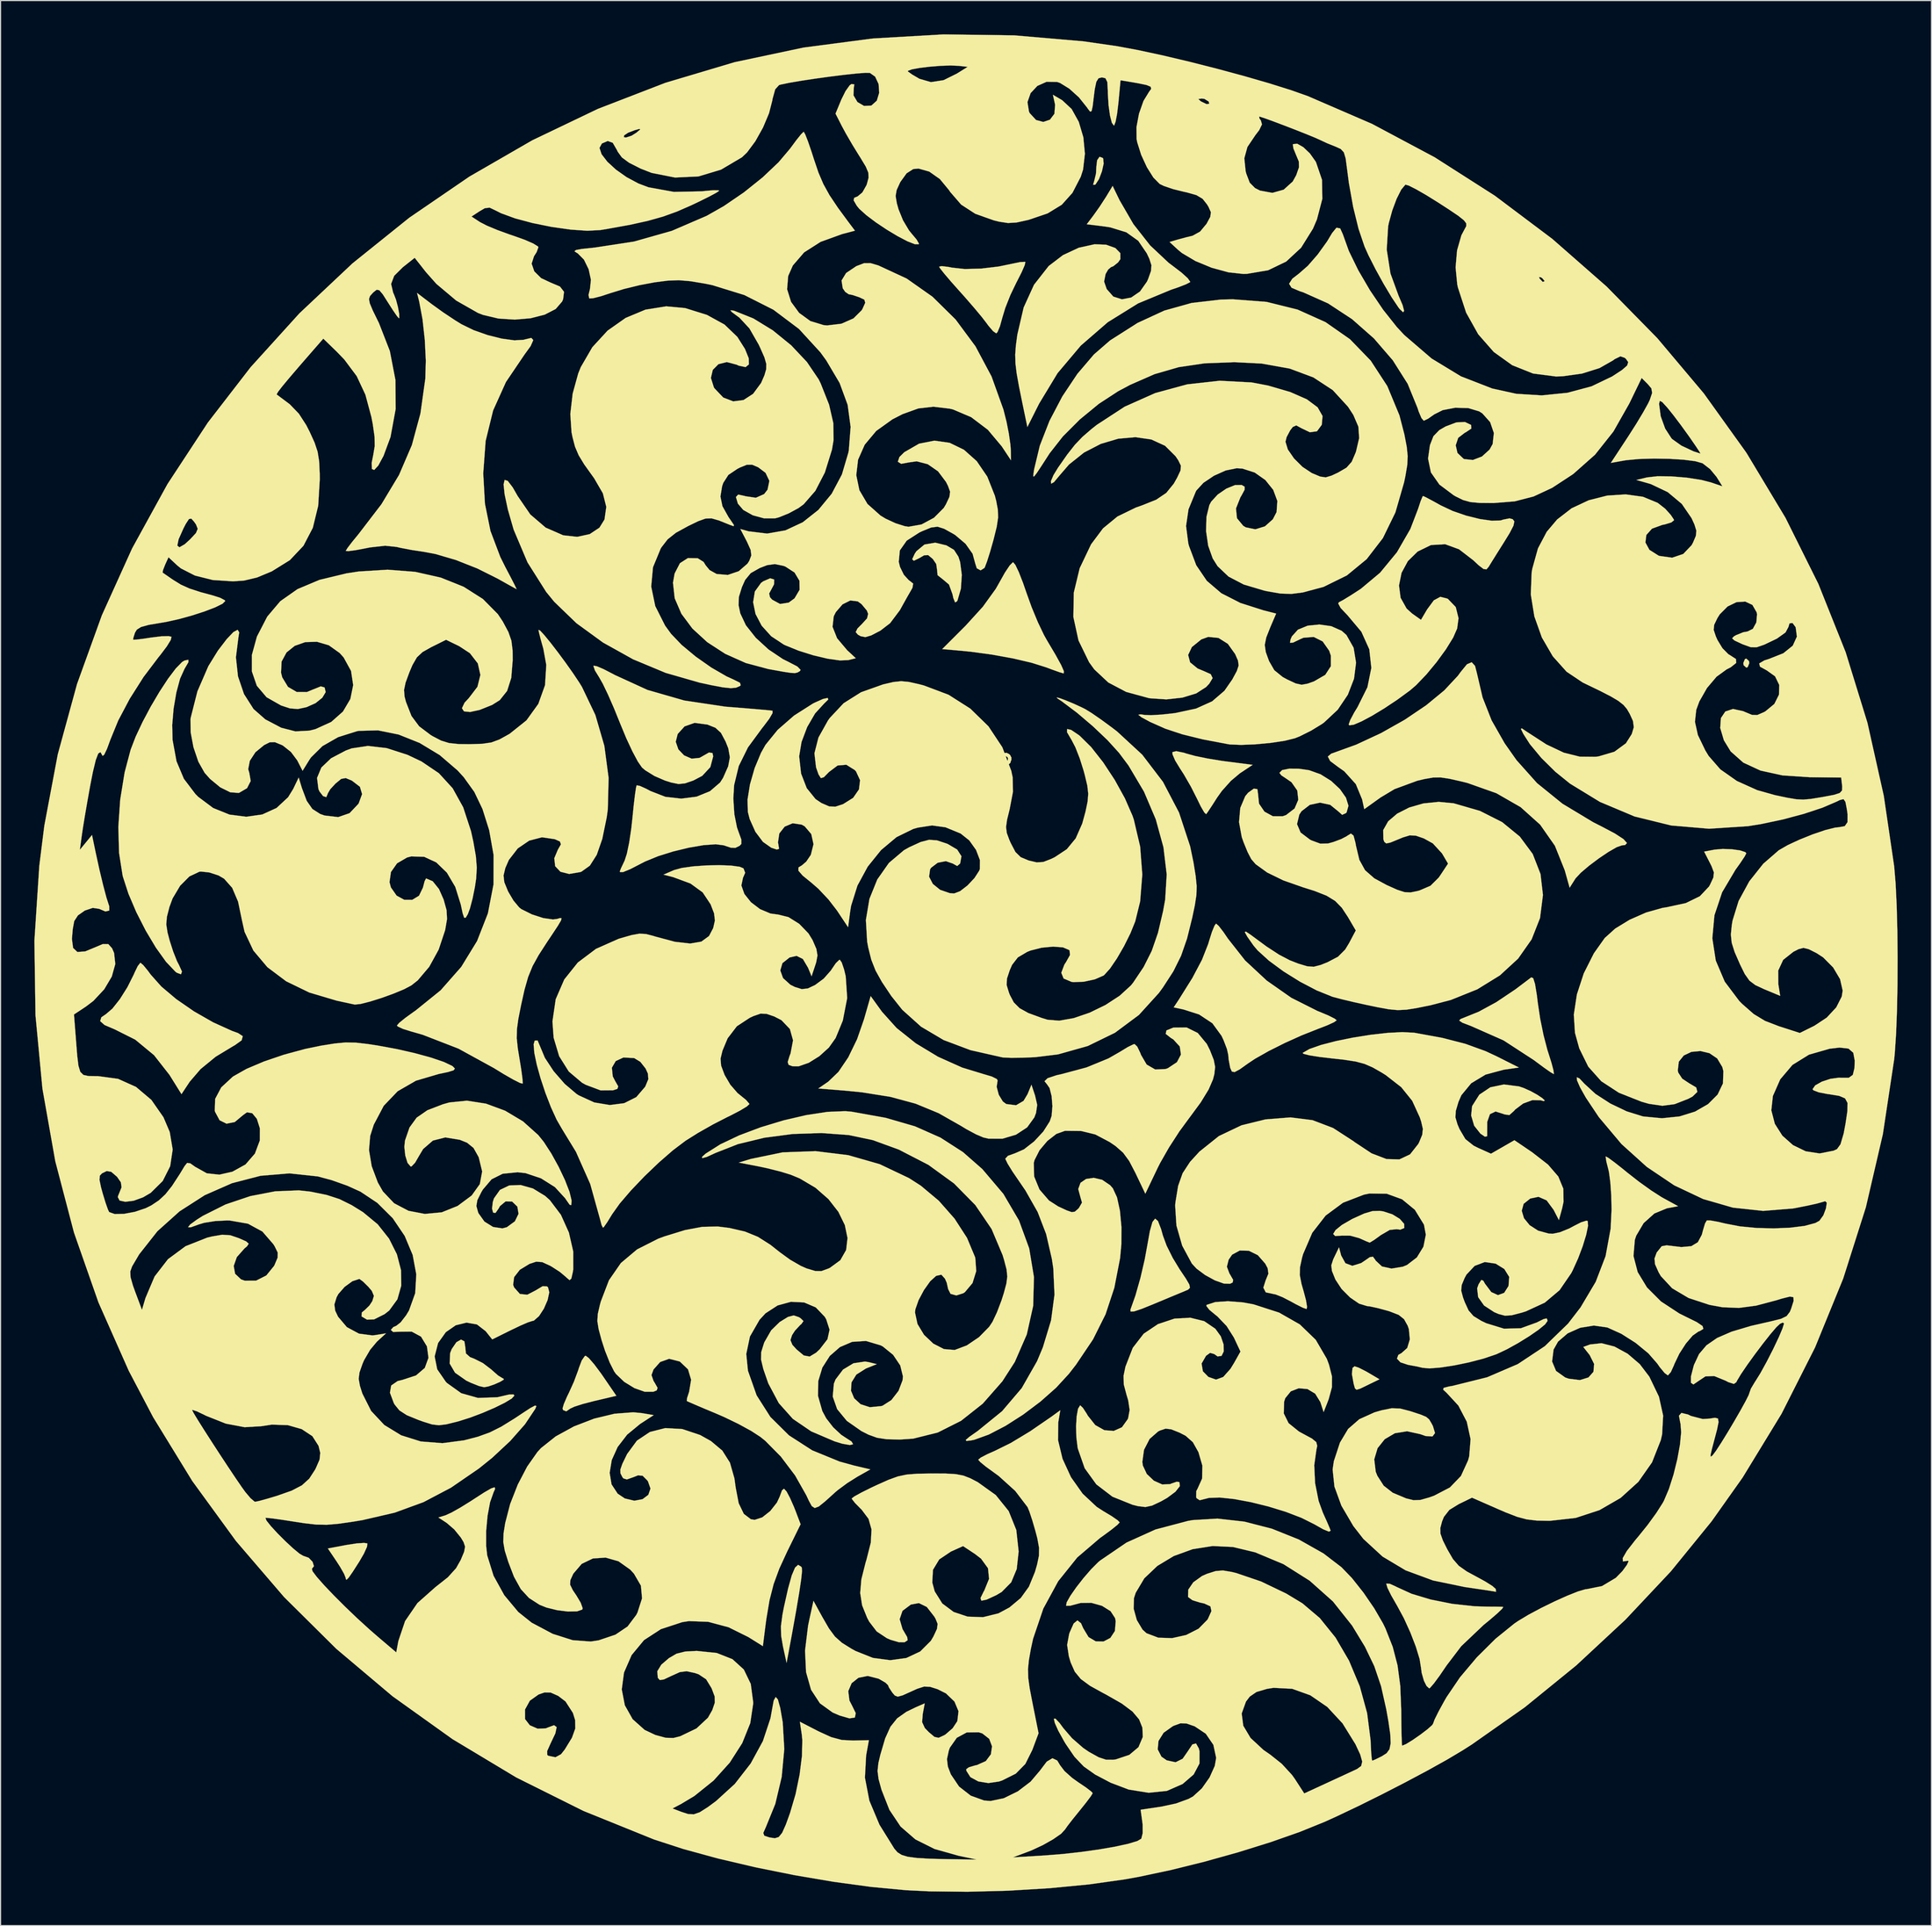
<source format=kicad_pcb>
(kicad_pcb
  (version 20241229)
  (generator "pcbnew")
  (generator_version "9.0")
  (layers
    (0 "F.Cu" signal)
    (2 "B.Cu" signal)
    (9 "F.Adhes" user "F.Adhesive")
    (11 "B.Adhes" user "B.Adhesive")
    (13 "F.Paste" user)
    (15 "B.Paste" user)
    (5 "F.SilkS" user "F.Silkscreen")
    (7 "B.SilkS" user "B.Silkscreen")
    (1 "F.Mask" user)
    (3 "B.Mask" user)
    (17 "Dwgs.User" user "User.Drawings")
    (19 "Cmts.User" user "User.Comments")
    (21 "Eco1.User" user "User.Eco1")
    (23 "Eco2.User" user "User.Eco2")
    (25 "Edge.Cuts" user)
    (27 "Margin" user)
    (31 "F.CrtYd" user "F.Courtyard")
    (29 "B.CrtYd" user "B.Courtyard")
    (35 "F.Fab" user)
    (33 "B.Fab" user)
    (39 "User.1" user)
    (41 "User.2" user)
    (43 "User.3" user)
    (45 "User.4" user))
  (footprint "decor2"
    (layer "F.Cu")
    (at 82.985 64.782)
    (property "Reference" "decor2" (at 0 0 0) (layer "F.SilkS") (effects (font (size 1.524 1.524) (thickness 0.3))))
    (attr through_hole)
    (fp_poly (pts (xy 69.218 -9.141) (xy 69.248 -8.957) (xy 69.104 -8.601) (xy 68.981 -8.556) (xy 68.744 -8.772) (xy 68.714 -8.957) (xy 68.858 -9.313) (xy 68.981 -9.358) (xy 69.218 -9.141)) (stroke (width 0.01) (type solid)) (fill yes) (layer "F.SilkS"))
    (fp_poly (pts (xy 11.847 -53.813) (xy 11.898 -53.74) (xy 11.933 -53.299) (xy 11.783 -52.621) (xy 11.522 -51.935) (xy 11.223 -51.474) (xy 11.165 -51.428) (xy 10.995 -51.432) (xy 11.095 -51.759) (xy 11.256 -52.423) (xy 11.285 -52.997) (xy 11.355 -53.606) (xy 11.571 -53.913) (xy 11.847 -53.813)) (stroke (width 0.01) (type solid)) (fill yes) (layer "F.SilkS"))
    (fp_poly (pts (xy 34.578 53.6) (xy 35.202 53.916) (xy 35.439 54.051) (xy 36.418 54.629) (xy 35.406 55.121) (xy 34.725 55.452) (xy 34.386 55.56) (xy 34.24 55.433) (xy 34.136 55.056) (xy 34.124 55.011) (xy 33.973 54.169) (xy 34.025 53.622) (xy 34.208 53.474) (xy 34.578 53.6)) (stroke (width 0.01) (type solid)) (fill yes) (layer "F.SilkS"))
    (fp_poly (pts (xy -53.422 69.203) (xy -53.457 69.503) (xy -53.732 70.108) (xy -54.14 70.813) (xy -54.728 71.73) (xy -55.09 72.25) (xy -55.278 72.435) (xy -55.342 72.346) (xy -55.345 72.274) (xy -55.485 71.914) (xy -55.843 71.285) (xy -56.138 70.826) (xy -56.931 69.649) (xy -55.269 69.337) (xy -54.378 69.2) (xy -53.706 69.156) (xy -53.422 69.203)) (stroke (width 0.01) (type solid)) (fill yes) (layer "F.SilkS"))
    (fp_poly (pts (xy -14.922 71.262) (xy -14.86 71.353) (xy -14.84 71.661) (xy -14.915 72.387) (xy -15.088 73.553) (xy -15.364 75.183) (xy -15.744 77.3) (xy -16.011 78.74) (xy -16.211 79.809) (xy -16.535 78.326) (xy -16.694 77.395) (xy -16.711 76.539) (xy -16.577 75.527) (xy -16.445 74.85) (xy -16.074 73.194) (xy -15.751 72.038) (xy -15.46 71.351) (xy -15.189 71.103) (xy -14.922 71.262)) (stroke (width 0.01) (type solid)) (fill yes) (layer "F.SilkS"))
    (fp_poly (pts (xy -33.769 52.744) (xy -33.293 53.293) (xy -32.706 54.077) (xy -32.539 54.316) (xy -31.322 56.094) (xy -33.318 56.564) (xy -34.288 56.816) (xy -35.038 57.055) (xy -35.43 57.236) (xy -35.453 57.259) (xy -35.77 57.474) (xy -36.054 57.36) (xy -36.095 57.206) (xy -35.981 56.817) (xy -35.694 56.155) (xy -35.528 55.817) (xy -35.089 54.846) (xy -34.712 53.834) (xy -34.647 53.622) (xy -34.392 52.954) (xy -34.127 52.572) (xy -34.045 52.538) (xy -33.769 52.744)) (stroke (width 0.01) (type solid)) (fill yes) (layer "F.SilkS"))
    (fp_poly (pts (xy 19.06 -0.998) (xy 19.282 -0.925) (xy 20.057 -0.712) (xy 21.162 -0.486) (xy 22.394 -0.284) (xy 22.767 -0.233) (xy 25.163 0.074) (xy 24.029 0.825) (xy 23.232 1.494) (xy 22.427 2.392) (xy 22.025 2.955) (xy 21.546 3.703) (xy 21.182 4.252) (xy 21.033 4.456) (xy 20.868 4.301) (xy 20.562 3.775) (xy 20.232 3.1) (xy 19.688 2.024) (xy 19.051 0.92) (xy 18.72 0.407) (xy 18.285 -0.304) (xy 18.049 -0.853) (xy 18.04 -1.057) (xy 18.379 -1.139) (xy 19.06 -0.998)) (stroke (width 0.01) (type solid)) (fill yes) (layer "F.SilkS"))
    (fp_poly (pts (xy -44.81 51.261) (xy -44.732 51.779) (xy -44.676 52.335) (xy -44.309 52.661) (xy -43.94 52.804) (xy -43.164 53.194) (xy -42.416 53.765) (xy -42.366 53.813) (xy -41.821 54.292) (xy -41.398 54.551) (xy -41.339 54.565) (xy -41.314 54.658) (xy -41.636 54.852) (xy -42.145 55.078) (xy -42.681 55.262) (xy -43.057 55.333) (xy -43.526 55.224) (xy -44.25 54.935) (xy -44.647 54.744) (xy -45.643 54.044) (xy -46.12 53.227) (xy -46.076 52.298) (xy -45.938 51.949) (xy -45.522 51.338) (xy -45.109 51.103) (xy -44.81 51.261)) (stroke (width 0.01) (type solid)) (fill yes) (layer "F.SilkS"))
    (fp_poly (pts (xy -2.023 -19.409) (xy -1.351 -19.012) (xy -0.96 -18.408) (xy -0.806 -17.93) (xy -0.656 -16.783) (xy -0.739 -15.561) (xy -1.035 -14.537) (xy -1.081 -14.446) (xy -1.251 -14.345) (xy -1.412 -14.741) (xy -1.481 -15.068) (xy -1.793 -15.931) (xy -2.324 -16.382) (xy -2.812 -16.768) (xy -2.845 -17.182) (xy -2.926 -17.756) (xy -3.232 -18.205) (xy -3.642 -18.546) (xy -4 -18.532) (xy -4.415 -18.288) (xy -4.917 -18.043) (xy -5.06 -18.179) (xy -4.833 -18.672) (xy -4.685 -18.893) (xy -3.969 -19.487) (xy -3.011 -19.649) (xy -2.023 -19.409)) (stroke (width 0.01) (type solid)) (fill yes) (layer "F.SilkS"))
    (fp_poly (pts (xy 36.764 39.722) (xy 37.562 39.982) (xy 38.22 40.385) (xy 38.61 40.831) (xy 38.622 41.195) (xy 38.266 41.346) (xy 37.948 41.303) (xy 37.33 41.366) (xy 36.541 41.826) (xy 35.965 42.244) (xy 35.59 42.474) (xy 35.535 42.49) (xy 35.242 42.374) (xy 34.677 42.122) (xy 34.624 42.098) (xy 33.821 41.876) (xy 33.087 41.873) (xy 32.486 41.909) (xy 32.309 41.726) (xy 32.521 41.379) (xy 33.085 40.923) (xy 33.967 40.413) (xy 34.053 40.37) (xy 35.064 39.911) (xy 35.8 39.694) (xy 36.443 39.675) (xy 36.764 39.722)) (stroke (width 0.01) (type solid)) (fill yes) (layer "F.SilkS"))
    (fp_poly (pts (xy 16.755 40.578) (xy 17.033 41.295) (xy 17.194 41.87) (xy 17.526 42.771) (xy 18.066 43.856) (xy 18.67 44.852) (xy 19.241 45.702) (xy 19.539 46.216) (xy 19.596 46.501) (xy 19.439 46.665) (xy 19.194 46.773) (xy 18.675 46.987) (xy 17.816 47.344) (xy 16.773 47.78) (xy 16.356 47.954) (xy 15.287 48.386) (xy 14.634 48.602) (xy 14.331 48.618) (xy 14.31 48.451) (xy 14.315 48.44) (xy 14.756 47.195) (xy 15.197 45.641) (xy 15.579 44.001) (xy 15.797 42.81) (xy 16.038 41.471) (xy 16.27 40.658) (xy 16.505 40.363) (xy 16.755 40.578)) (stroke (width 0.01) (type solid)) (fill yes) (layer "F.SilkS"))
    (fp_poly (pts (xy 50.065 19.016) (xy 50.227 19.531) (xy 50.39 20.527) (xy 50.473 21.209) (xy 50.683 22.611) (xy 50.985 24.092) (xy 51.321 25.376) (xy 51.4 25.622) (xy 51.686 26.531) (xy 51.864 27.205) (xy 51.902 27.52) (xy 51.889 27.53) (xy 51.618 27.374) (xy 51.041 26.972) (xy 50.275 26.403) (xy 50.145 26.304) (xy 47.434 24.54) (xy 44.524 23.254) (xy 44.517 23.252) (xy 43.778 22.97) (xy 43.497 22.782) (xy 43.618 22.642) (xy 43.715 22.605) (xy 45.23 21.993) (xy 46.788 21.146) (xy 48.497 20) (xy 49.893 18.945) (xy 50.065 19.016)) (stroke (width 0.01) (type solid)) (fill yes) (layer "F.SilkS"))
    (fp_poly (pts (xy 48.809 28.627) (xy 49.218 28.765) (xy 49.848 29.048) (xy 50.432 29.372) (xy 50.878 29.67) (xy 51.095 29.879) (xy 50.993 29.931) (xy 50.731 29.857) (xy 50.003 29.84) (xy 49.17 30.146) (xy 48.463 30.68) (xy 48.366 30.796) (xy 47.943 31.174) (xy 47.502 31.108) (xy 47.459 31.085) (xy 46.724 30.852) (xy 46.225 31.089) (xy 45.981 31.776) (xy 45.977 32.552) (xy 45.977 33.045) (xy 45.782 33.092) (xy 45.382 32.819) (xy 44.827 32.118) (xy 44.557 31.208) (xy 44.641 30.372) (xy 45.286 29.357) (xy 46.258 28.706) (xy 47.463 28.452) (xy 48.809 28.627)) (stroke (width 0.01) (type solid)) (fill yes) (layer "F.SilkS"))
    (fp_poly (pts (xy 4.098 -17.675) (xy 4.405 -17.031) (xy 4.774 -16.088) (xy 5.066 -15.242) (xy 5.545 -13.912) (xy 6.098 -12.58) (xy 6.637 -11.452) (xy 6.872 -11.031) (xy 7.659 -9.703) (xy 8.163 -8.785) (xy 8.401 -8.244) (xy 8.39 -8.048) (xy 8.362 -8.047) (xy 8.013 -8.15) (xy 7.342 -8.388) (xy 6.818 -8.585) (xy 5.539 -8.987) (xy 3.89 -9.373) (xy 2.033 -9.711) (xy 0.133 -9.969) (xy -0.597 -10.042) (xy -2.397 -10.202) (xy -0.306 -12.293) (xy 1.213 -13.963) (xy 2.354 -15.544) (xy 2.697 -16.148) (xy 3.175 -17) (xy 3.595 -17.627) (xy 3.876 -17.908) (xy 3.9 -17.913) (xy 4.098 -17.675)) (stroke (width 0.01) (type solid)) (fill yes) (layer "F.SilkS"))
    (fp_poly (pts (xy 4.986 -44.566) (xy 4.927 -44.292) (xy 4.661 -43.677) (xy 4.242 -42.85) (xy 4.186 -42.744) (xy 3.656 -41.642) (xy 3.197 -40.48) (xy 2.943 -39.637) (xy 2.727 -38.859) (xy 2.513 -38.349) (xy 2.398 -38.234) (xy 2.117 -38.433) (xy 1.694 -38.929) (xy 1.569 -39.103) (xy 1.123 -39.682) (xy 0.428 -40.516) (xy -0.399 -41.468) (xy -0.855 -41.977) (xy -1.617 -42.834) (xy -2.222 -43.545) (xy -2.593 -44.017) (xy -2.673 -44.154) (xy -2.442 -44.206) (xy -1.859 -44.135) (xy -1.537 -44.07) (xy -0.394 -43.946) (xy 1.057 -43.984) (xy 2.617 -44.169) (xy 3.837 -44.422) (xy 4.516 -44.562) (xy 4.939 -44.585) (xy 4.986 -44.566)) (stroke (width 0.01) (type solid)) (fill yes) (layer "F.SilkS"))
    (fp_poly (pts (xy -73.321 17.855) (xy -72.903 18.363) (xy -72.655 18.701) (xy -71.712 19.76) (xy -70.387 20.878) (xy -68.812 21.966) (xy -67.119 22.935) (xy -65.44 23.697) (xy -64.904 23.89) (xy -64.485 24.167) (xy -64.584 24.533) (xy -65.195 24.971) (xy -65.305 25.029) (xy -66.886 25.986) (xy -68.232 27.088) (xy -69.195 28.21) (xy -69.925 29.312) (xy -70.99 27.603) (xy -72.36 25.854) (xy -74.028 24.475) (xy -75.854 23.56) (xy -76.754 23.175) (xy -77.143 22.829) (xy -77.039 22.489) (xy -76.625 22.204) (xy -76.056 21.718) (xy -75.39 20.874) (xy -74.724 19.816) (xy -74.157 18.685) (xy -74.085 18.515) (xy -73.806 17.94) (xy -73.584 17.658) (xy -73.561 17.652) (xy -73.321 17.855)) (stroke (width 0.01) (type solid)) (fill yes) (layer "F.SilkS"))
    (fp_poly (pts (xy 37.338 72.786) (xy 37.88 73.032) (xy 37.927 73.06) (xy 39.264 73.671) (xy 40.973 74.186) (xy 42.893 74.568) (xy 44.865 74.782) (xy 45.987 74.816) (xy 46.763 74.819) (xy 47.303 74.831) (xy 47.409 74.838) (xy 47.311 75.002) (xy 46.872 75.422) (xy 46.17 76.025) (xy 45.671 76.432) (xy 43.678 78.325) (xy 42.378 80.034) (xy 41.768 80.93) (xy 41.254 81.626) (xy 40.914 82.021) (xy 40.834 82.074) (xy 40.599 81.86) (xy 40.366 81.396) (xy 40.166 80.701) (xy 40.105 80.237) (xy 39.981 79.46) (xy 39.648 78.369) (xy 39.164 77.114) (xy 38.586 75.843) (xy 37.972 74.707) (xy 37.942 74.658) (xy 37.457 73.811) (xy 37.131 73.149) (xy 37.023 72.791) (xy 37.032 72.767) (xy 37.338 72.786)) (stroke (width 0.01) (type solid)) (fill yes) (layer "F.SilkS"))
    (fp_poly (pts (xy -7.741 22.001) (xy -6.445 23.442) (xy -4.742 24.8) (xy -2.761 25.997) (xy -0.629 26.952) (xy 1.269 27.532) (xy 2.015 27.753) (xy 2.459 27.977) (xy 2.52 28.107) (xy 2.437 28.664) (xy 2.623 29.367) (xy 2.988 29.968) (xy 3.29 30.191) (xy 4.157 30.299) (xy 4.822 29.912) (xy 5.182 29.309) (xy 5.525 28.475) (xy 5.85 29.454) (xy 6.036 30.268) (xy 5.931 30.983) (xy 5.783 31.375) (xy 5.145 32.26) (xy 4.154 32.91) (xy 2.962 33.266) (xy 1.722 33.267) (xy 1.257 33.159) (xy 0.601 32.879) (xy -0.252 32.421) (xy -0.748 32.119) (xy -2.717 31.002) (xy -4.754 30.16) (xy -6.988 29.554) (xy -9.544 29.147) (xy -11.043 29) (xy -13.396 28.81) (xy -12.513 28.205) (xy -11.611 27.341) (xy -10.737 26.05) (xy -9.953 24.437) (xy -9.338 22.669) (xy -8.747 20.607) (xy -7.741 22.001)) (stroke (width 0.01) (type solid)) (fill yes) (layer "F.SilkS"))
    (fp_poly (pts (xy 22.148 14.377) (xy 22.563 14.913) (xy 22.964 15.502) (xy 24.489 17.441) (xy 26.411 19.23) (xy 28.593 20.759) (xy 30.897 21.919) (xy 31.082 21.993) (xy 31.886 22.33) (xy 32.442 22.61) (xy 32.619 22.756) (xy 32.388 22.923) (xy 31.782 23.201) (xy 30.948 23.524) (xy 29.527 24.086) (xy 28.02 24.766) (xy 26.586 25.484) (xy 25.386 26.163) (xy 24.775 26.568) (xy 24.01 27.114) (xy 23.561 27.353) (xy 23.32 27.31) (xy 23.182 27.008) (xy 23.161 26.934) (xy 23.027 26.218) (xy 22.997 25.83) (xy 22.879 25.3) (xy 22.585 24.531) (xy 22.399 24.134) (xy 21.587 23.019) (xy 20.408 22.238) (xy 19.035 21.799) (xy 18.152 21.608) (xy 18.622 20.897) (xy 19.814 18.992) (xy 20.665 17.38) (xy 21.215 15.982) (xy 21.292 15.722) (xy 21.55 14.903) (xy 21.782 14.341) (xy 21.914 14.171) (xy 22.148 14.377)) (stroke (width 0.01) (type solid)) (fill yes) (layer "F.SilkS"))
    (fp_poly (pts (xy 44.902 -8.708) (xy 45.062 -8.088) (xy 45.571 -5.908) (xy 46.372 -3.873) (xy 47.531 -1.837) (xy 48.583 -0.342) (xy 50.409 1.702) (xy 52.664 3.528) (xy 55.385 5.166) (xy 56.08 5.519) (xy 57.302 6.163) (xy 58.076 6.666) (xy 58.388 7.015) (xy 58.222 7.196) (xy 57.955 7.219) (xy 57.487 7.38) (xy 56.753 7.8) (xy 55.886 8.384) (xy 55.02 9.034) (xy 54.289 9.656) (xy 53.826 10.153) (xy 53.799 10.195) (xy 53.3 10.983) (xy 52.865 9.435) (xy 51.991 7.258) (xy 50.683 5.387) (xy 48.948 3.83) (xy 46.798 2.595) (xy 44.239 1.689) (xy 43.729 1.56) (xy 42.628 1.31) (xy 41.843 1.193) (xy 41.168 1.203) (xy 40.401 1.338) (xy 39.776 1.486) (xy 37.758 2.227) (xy 36.522 2.968) (xy 35.068 4.01) (xy 34.879 3.141) (xy 34.319 1.785) (xy 33.3 0.654) (xy 32.748 0.264) (xy 32.041 -0.264) (xy 31.834 -0.661) (xy 32.134 -0.916) (xy 32.151 -0.921) (xy 34.352 -1.718) (xy 36.555 -2.742) (xy 38.658 -3.927) (xy 40.563 -5.213) (xy 42.17 -6.535) (xy 43.379 -7.831) (xy 43.618 -8.16) (xy 44.184 -8.853) (xy 44.605 -9.035) (xy 44.902 -8.708)) (stroke (width 0.01) (type solid)) (fill yes) (layer "F.SilkS"))
    (fp_poly (pts (xy -47.702 -40.823) (xy -46.707 -40.106) (xy -45.62 -39.383) (xy -45.075 -39.047) (xy -43.993 -38.519) (xy -42.747 -38.08) (xy -41.489 -37.766) (xy -40.374 -37.615) (xy -39.554 -37.662) (xy -39.445 -37.696) (xy -38.868 -37.83) (xy -38.696 -37.637) (xy -38.929 -37.108) (xy -39.478 -36.349) (xy -41.122 -33.918) (xy -42.263 -31.387) (xy -42.927 -28.679) (xy -43.139 -25.801) (xy -42.988 -23.107) (xy -42.497 -20.688) (xy -41.625 -18.381) (xy -41.159 -17.446) (xy -40.692 -16.56) (xy -40.35 -15.891) (xy -40.188 -15.549) (xy -40.183 -15.526) (xy -40.425 -15.656) (xy -41.01 -15.981) (xy -41.812 -16.431) (xy -41.857 -16.457) (xy -43.664 -17.36) (xy -45.569 -18.112) (xy -47.379 -18.644) (xy -48.455 -18.845) (xy -49.491 -19.002) (xy -50.485 -19.192) (xy -50.837 -19.274) (xy -51.855 -19.379) (xy -53.186 -19.229) (xy -53.577 -19.152) (xy -54.461 -18.985) (xy -55.095 -18.901) (xy -55.345 -18.918) (xy -55.345 -18.92) (xy -55.186 -19.18) (xy -54.769 -19.726) (xy -54.197 -20.425) (xy -52.172 -23.069) (xy -50.613 -25.663) (xy -49.475 -28.31) (xy -48.713 -31.118) (xy -48.282 -34.191) (xy -48.279 -34.223) (xy -48.235 -35.808) (xy -48.325 -37.646) (xy -48.526 -39.477) (xy -48.82 -41.045) (xy -48.83 -41.087) (xy -49.015 -41.825) (xy -47.702 -40.823)) (stroke (width 0.01) (type solid)) (fill yes) (layer "F.SilkS"))
    (fp_poly (pts (xy 13.345 -50.059) (xy 14.572 -47.939) (xy 16.066 -46.036) (xy 17.709 -44.494) (xy 18.073 -44.221) (xy 18.856 -43.622) (xy 19.4 -43.127) (xy 19.615 -42.819) (xy 19.602 -42.776) (xy 19.244 -42.591) (xy 18.545 -42.32) (xy 17.914 -42.106) (xy 14.993 -40.895) (xy 12.305 -39.227) (xy 9.905 -37.148) (xy 7.845 -34.704) (xy 6.203 -31.99) (xy 5.163 -29.92) (xy 4.729 -32.005) (xy 4.417 -33.539) (xy 4.212 -34.685) (xy 4.105 -35.578) (xy 4.085 -36.352) (xy 4.142 -37.141) (xy 4.267 -38.078) (xy 4.276 -38.133) (xy 4.836 -40.536) (xy 5.752 -42.548) (xy 7.029 -44.18) (xy 7.089 -44.239) (xy 8.323 -45.181) (xy 9.726 -45.836) (xy 11.136 -46.146) (xy 12.147 -46.107) (xy 12.972 -45.811) (xy 13.416 -45.355) (xy 13.42 -44.825) (xy 13.215 -44.535) (xy 12.797 -44.199) (xy 12.59 -44.116) (xy 12.337 -43.902) (xy 12.105 -43.502) (xy 11.974 -42.831) (xy 12.203 -42.169) (xy 12.793 -41.499) (xy 13.556 -41.257) (xy 14.381 -41.416) (xy 15.159 -41.949) (xy 15.781 -42.83) (xy 15.885 -43.065) (xy 16.138 -43.77) (xy 16.178 -44.281) (xy 15.992 -44.855) (xy 15.765 -45.338) (xy 15.006 -46.452) (xy 13.947 -47.207) (xy 12.512 -47.649) (xy 11.968 -47.731) (xy 10.434 -47.92) (xy 11.032 -48.71) (xy 11.596 -49.506) (xy 12.151 -50.362) (xy 12.181 -50.412) (xy 12.732 -51.324) (xy 13.345 -50.059)) (stroke (width 0.01) (type solid)) (fill yes) (layer "F.SilkS"))
    (fp_poly (pts (xy 40.549 -23.675) (xy 41.143 -23.359) (xy 41.866 -22.958) (xy 42.918 -22.463) (xy 44.119 -22.049) (xy 45.327 -21.75) (xy 46.396 -21.598) (xy 47.184 -21.625) (xy 47.395 -21.696) (xy 47.965 -21.809) (xy 48.248 -21.733) (xy 48.392 -21.536) (xy 48.313 -21.159) (xy 47.978 -20.512) (xy 47.51 -19.748) (xy 46.936 -18.837) (xy 46.448 -18.056) (xy 46.139 -17.554) (xy 46.112 -17.509) (xy 45.916 -17.282) (xy 45.656 -17.312) (xy 45.218 -17.647) (xy 44.745 -18.09) (xy 43.48 -19.064) (xy 42.25 -19.513) (xy 41.033 -19.444) (xy 40.955 -19.423) (xy 39.808 -18.865) (xy 38.939 -18.012) (xy 38.377 -16.971) (xy 38.152 -15.851) (xy 38.292 -14.758) (xy 38.828 -13.8) (xy 39.311 -13.363) (xy 40.103 -12.799) (xy 40.651 -13.728) (xy 41.247 -14.534) (xy 41.823 -14.842) (xy 42.441 -14.686) (xy 42.503 -14.648) (xy 43.19 -13.932) (xy 43.436 -12.944) (xy 43.314 -12.031) (xy 42.961 -11.225) (xy 42.32 -10.186) (xy 41.491 -9.047) (xy 40.574 -7.941) (xy 39.671 -7) (xy 39.131 -6.534) (xy 37.994 -5.703) (xy 36.844 -4.939) (xy 35.763 -4.284) (xy 34.831 -3.786) (xy 34.13 -3.487) (xy 33.741 -3.434) (xy 33.688 -3.514) (xy 33.824 -3.902) (xy 34.173 -4.561) (xy 34.475 -5.057) (xy 35.351 -6.818) (xy 35.698 -8.532) (xy 35.518 -10.179) (xy 34.812 -11.743) (xy 33.585 -13.203) (xy 32.974 -13.85) (xy 32.755 -14.254) (xy 32.825 -14.364) (xy 33.205 -14.566) (xy 33.885 -14.982) (xy 34.721 -15.525) (xy 34.779 -15.564) (xy 36.475 -16.984) (xy 37.967 -18.795) (xy 39.162 -20.867) (xy 39.85 -22.659) (xy 40.074 -23.343) (xy 40.244 -23.748) (xy 40.285 -23.796) (xy 40.549 -23.675)) (stroke (width 0.01) (type solid)) (fill yes) (layer "F.SilkS"))
    (fp_poly (pts (xy -33.052 -8.678) (xy -32.433 -8.41) (xy -31.604 -7.982) (xy -31.472 -7.909) (xy -28.556 -6.574) (xy -25.293 -5.636) (xy -21.677 -5.094) (xy -21.256 -5.059) (xy -19.928 -4.953) (xy -18.783 -4.857) (xy -17.931 -4.782) (xy -17.483 -4.736) (xy -17.458 -4.733) (xy -17.456 -4.522) (xy -17.75 -4.016) (xy -18.276 -3.318) (xy -18.367 -3.208) (xy -19.639 -1.476) (xy -20.457 0.18) (xy -20.868 1.873) (xy -20.938 3.062) (xy -20.849 4.457) (xy -20.615 5.632) (xy -20.486 5.996) (xy -20.229 6.706) (xy -20.227 7.097) (xy -20.381 7.262) (xy -20.76 7.448) (xy -21.161 7.432) (xy -21.794 7.218) (xy -22.513 7.126) (xy -23.591 7.206) (xy -24.891 7.429) (xy -26.279 7.765) (xy -27.617 8.184) (xy -28.769 8.656) (xy -29.053 8.801) (xy -30.088 9.335) (xy -30.72 9.594) (xy -30.995 9.594) (xy -31.015 9.533) (xy -30.908 9.256) (xy -30.644 8.698) (xy -30.591 8.591) (xy -30.389 7.97) (xy -30.182 6.972) (xy -29.999 5.752) (xy -29.902 4.875) (xy -29.784 3.697) (xy -29.669 2.73) (xy -29.574 2.091) (xy -29.521 1.892) (xy -29.242 1.943) (xy -28.664 2.203) (xy -28.292 2.402) (xy -26.967 2.916) (xy -25.564 3.075) (xy -24.205 2.901) (xy -23.014 2.418) (xy -22.116 1.648) (xy -21.848 1.23) (xy -21.394 0.207) (xy -21.244 -0.597) (xy -21.385 -1.389) (xy -21.618 -1.98) (xy -22.038 -2.768) (xy -22.529 -3.218) (xy -23.242 -3.502) (xy -24.377 -3.653) (xy -25.267 -3.339) (xy -25.878 -2.665) (xy -26.051 -1.972) (xy -25.819 -1.3) (xy -25.308 -0.763) (xy -24.638 -0.473) (xy -23.934 -0.545) (xy -23.718 -0.666) (xy -23.102 -1.019) (xy -22.791 -0.976) (xy -22.726 -0.681) (xy -22.979 0.275) (xy -23.7 1.051) (xy -24.495 1.468) (xy -25.232 1.719) (xy -25.798 1.778) (xy -26.451 1.646) (xy -27.01 1.469) (xy -27.941 1.065) (xy -28.767 0.552) (xy -29.047 0.311) (xy -29.411 -0.212) (xy -29.894 -1.116) (xy -30.436 -2.278) (xy -30.975 -3.575) (xy -30.999 -3.636) (xy -31.53 -4.945) (xy -32.055 -6.146) (xy -32.518 -7.112) (xy -32.857 -7.712) (xy -32.869 -7.729) (xy -33.222 -8.303) (xy -33.353 -8.681) (xy -33.337 -8.729) (xy -33.052 -8.678)) (stroke (width 0.01) (type solid)) (fill yes) (layer "F.SilkS"))
    (fp_poly (pts (xy 20.288 23.883) (xy 21.09 24.853) (xy 21.366 25.405) (xy 21.707 26.271) (xy 21.83 26.9) (xy 21.76 27.533) (xy 21.638 28.008) (xy 21.255 28.895) (xy 20.557 30.037) (xy 19.615 31.318) (xy 19.567 31.379) (xy 18.655 32.623) (xy 17.73 34.054) (xy 16.949 35.423) (xy 16.732 35.853) (xy 15.634 38.152) (xy 14.755 36.309) (xy 14.201 35.247) (xy 13.663 34.512) (xy 12.991 33.921) (xy 12.458 33.559) (xy 11.19 32.891) (xy 9.935 32.584) (xy 8.498 32.571) (xy 7.738 32.842) (xy 6.938 33.466) (xy 6.242 34.292) (xy 5.795 35.172) (xy 5.733 35.414) (xy 5.762 36.616) (xy 6.237 37.777) (xy 7.08 38.755) (xy 7.897 39.28) (xy 8.666 39.637) (xy 9.105 39.789) (xy 9.374 39.748) (xy 9.633 39.526) (xy 9.739 39.418) (xy 10.013 38.94) (xy 9.877 38.472) (xy 9.679 37.737) (xy 9.882 37.183) (xy 10.378 36.842) (xy 11.054 36.743) (xy 11.801 36.918) (xy 12.508 37.397) (xy 12.751 37.676) (xy 13.12 38.474) (xy 13.378 39.66) (xy 13.513 41.093) (xy 13.508 42.635) (xy 13.392 43.878) (xy 12.882 46.504) (xy 12.104 48.856) (xy 10.993 51.082) (xy 9.482 53.328) (xy 8.845 54.148) (xy 7.717 55.375) (xy 6.327 56.605) (xy 4.791 57.761) (xy 3.224 58.763) (xy 1.739 59.534) (xy 0.452 59.998) (xy 0.134 60.063) (xy -0.25 60.102) (xy -0.305 60.013) (xy 0.01 59.741) (xy 0.733 59.234) (xy 0.756 59.218) (xy 2.92 57.46) (xy 4.661 55.415) (xy 6.026 53.02) (xy 6.543 51.782) (xy 7.27 49.387) (xy 7.571 47.111) (xy 7.465 44.777) (xy 7.337 43.932) (xy 6.828 41.727) (xy 6.076 39.775) (xy 4.989 37.861) (xy 4.411 37.016) (xy 3.838 36.176) (xy 3.413 35.487) (xy 3.214 35.074) (xy 3.208 35.038) (xy 3.44 34.787) (xy 4 34.586) (xy 4.023 34.582) (xy 4.861 34.213) (xy 5.764 33.51) (xy 6.579 32.63) (xy 7.153 31.727) (xy 7.317 31.244) (xy 7.387 30.377) (xy 7.318 29.49) (xy 7.138 28.778) (xy 6.917 28.453) (xy 6.685 28.166) (xy 6.961 27.895) (xy 7.757 27.632) (xy 8.222 27.528) (xy 10.422 26.937) (xy 12.36 26.141) (xy 13.398 25.546) (xy 14.066 25.138) (xy 14.561 24.895) (xy 14.679 24.865) (xy 14.917 25.093) (xy 15.189 25.658) (xy 15.245 25.818) (xy 15.754 26.687) (xy 16.513 27.124) (xy 17.431 27.082) (xy 17.636 27.008) (xy 18.44 26.474) (xy 18.797 25.794) (xy 18.693 25.083) (xy 18.119 24.454) (xy 17.908 24.327) (xy 17.444 23.961) (xy 17.509 23.652) (xy 18.101 23.413) (xy 18.153 23.401) (xy 19.298 23.392) (xy 20.288 23.883)) (stroke (width 0.01) (type solid)) (fill yes) (layer "F.SilkS"))
    (fp_poly (pts (xy 24.291 47.8) (xy 25.241 47.976) (xy 27.512 48.711) (xy 29.352 49.76) (xy 30.761 51.125) (xy 31.741 52.806) (xy 31.937 53.328) (xy 32.205 54.383) (xy 32.201 55.324) (xy 31.91 56.391) (xy 31.763 56.777) (xy 31.461 57.541) (xy 31.171 56.649) (xy 30.711 55.904) (xy 30.024 55.495) (xy 29.254 55.425) (xy 28.549 55.696) (xy 28.054 56.307) (xy 27.954 56.62) (xy 27.922 57.658) (xy 28.351 58.523) (xy 29.27 59.266) (xy 29.671 59.486) (xy 30.434 59.897) (xy 30.808 60.208) (xy 30.893 60.539) (xy 30.818 60.899) (xy 30.628 62.262) (xy 30.703 63.847) (xy 31.017 65.428) (xy 31.39 66.46) (xy 31.752 67.266) (xy 32.003 67.853) (xy 32.084 68.078) (xy 31.927 68.154) (xy 31.424 67.947) (xy 30.614 67.49) (xy 29.491 66.929) (xy 28.101 66.397) (xy 26.56 65.923) (xy 24.989 65.535) (xy 23.505 65.26) (xy 22.228 65.126) (xy 21.276 65.161) (xy 21.007 65.231) (xy 20.457 65.367) (xy 20.187 65.188) (xy 20.147 65.098) (xy 20.157 64.554) (xy 20.259 64.366) (xy 20.675 63.446) (xy 20.698 62.294) (xy 20.35 61.099) (xy 19.854 60.214) (xy 19.212 59.645) (xy 18.676 59.368) (xy 17.936 59.071) (xy 17.437 59.01) (xy 16.946 59.173) (xy 16.772 59.26) (xy 16.015 59.922) (xy 15.517 60.889) (xy 15.37 61.956) (xy 15.41 62.279) (xy 15.762 63.035) (xy 16.391 63.632) (xy 17.136 63.967) (xy 17.837 63.936) (xy 17.926 63.895) (xy 18.424 63.722) (xy 18.662 63.759) (xy 18.696 64.118) (xy 18.308 64.61) (xy 17.569 65.161) (xy 17.018 65.472) (xy 16.232 65.842) (xy 15.641 65.971) (xy 14.984 65.892) (xy 14.506 65.773) (xy 12.716 65.053) (xy 11.286 63.959) (xy 10.251 62.525) (xy 9.643 60.783) (xy 9.623 60.684) (xy 9.512 59.774) (xy 9.487 58.801) (xy 9.54 57.91) (xy 9.66 57.246) (xy 9.839 56.953) (xy 9.862 56.949) (xy 10.089 57.162) (xy 10.433 57.689) (xy 10.532 57.866) (xy 11.192 58.696) (xy 11.997 59.148) (xy 12.826 59.215) (xy 13.559 58.889) (xy 14.077 58.164) (xy 14.112 58.072) (xy 14.242 57.353) (xy 14.115 56.503) (xy 13.966 56.007) (xy 13.72 55.079) (xy 13.704 54.305) (xy 13.872 53.501) (xy 14.522 51.834) (xy 15.49 50.581) (xy 16.755 49.731) (xy 18.22 49.244) (xy 19.62 49.163) (xy 20.862 49.469) (xy 21.85 50.144) (xy 22.335 50.818) (xy 22.585 51.546) (xy 22.593 52.161) (xy 22.4 52.55) (xy 22.049 52.599) (xy 21.747 52.387) (xy 21.382 52.284) (xy 21.025 52.54) (xy 20.627 53.231) (xy 20.742 53.919) (xy 21.234 54.419) (xy 21.91 54.657) (xy 22.549 54.424) (xy 23.195 53.696) (xy 23.517 53.17) (xy 24.08 52.167) (xy 23.494 50.919) (xy 22.85 49.901) (xy 22.021 49.036) (xy 21.871 48.921) (xy 21.317 48.461) (xy 21.053 48.121) (xy 21.071 48.024) (xy 21.845 47.773) (xy 22.97 47.698) (xy 24.291 47.8)) (stroke (width 0.01) (type solid)) (fill yes) (layer "F.SilkS"))
    (fp_poly (pts (xy 29.273 0.42) (xy 30.172 0.551) (xy 31.191 0.915) (xy 32.126 1.501) (xy 32.902 2.222) (xy 33.441 2.987) (xy 33.666 3.707) (xy 33.502 4.292) (xy 33.437 4.364) (xy 33.105 4.513) (xy 32.777 4.218) (xy 32.046 3.625) (xy 31.144 3.431) (xy 30.239 3.624) (xy 29.501 4.189) (xy 29.301 4.495) (xy 29.098 5.339) (xy 29.416 6.083) (xy 30.249 6.714) (xy 30.403 6.791) (xy 31.17 7.073) (xy 31.855 7.056) (xy 32.316 6.93) (xy 33.017 6.668) (xy 33.496 6.421) (xy 33.541 6.385) (xy 33.885 6.174) (xy 34.116 6.359) (xy 34.288 7.001) (xy 34.33 7.247) (xy 34.632 8.511) (xy 35.138 9.431) (xy 35.961 10.152) (xy 37.062 10.749) (xy 37.998 11.168) (xy 38.641 11.377) (xy 39.175 11.404) (xy 39.782 11.281) (xy 39.969 11.23) (xy 40.949 10.81) (xy 41.674 10.09) (xy 41.825 9.872) (xy 42.506 8.844) (xy 41.971 7.937) (xy 41.157 7.05) (xy 40.355 6.606) (xy 39.649 6.363) (xy 39.113 6.333) (xy 38.481 6.525) (xy 38.099 6.685) (xy 37.388 6.976) (xy 37.02 7.053) (xy 36.848 6.914) (xy 36.763 6.682) (xy 36.753 5.863) (xy 37.19 5.09) (xy 37.988 4.409) (xy 39.059 3.864) (xy 40.315 3.501) (xy 41.67 3.362) (xy 42.998 3.487) (xy 45.338 4.165) (xy 47.307 5.16) (xy 48.876 6.443) (xy 50.021 7.988) (xy 50.714 9.767) (xy 50.93 11.631) (xy 50.671 13.676) (xy 49.926 15.569) (xy 48.728 17.277) (xy 47.111 18.765) (xy 45.109 20.001) (xy 42.758 20.949) (xy 40.98 21.413) (xy 39.729 21.668) (xy 38.812 21.814) (xy 38.047 21.851) (xy 37.253 21.779) (xy 36.249 21.596) (xy 35.293 21.396) (xy 34.144 21.142) (xy 33.102 20.894) (xy 32.351 20.696) (xy 32.215 20.655) (xy 30.847 20.103) (xy 29.364 19.327) (xy 27.903 18.416) (xy 26.601 17.458) (xy 25.596 16.543) (xy 25.242 16.122) (xy 24.687 15.332) (xy 24.461 14.927) (xy 24.558 14.877) (xy 24.97 15.153) (xy 25.012 15.185) (xy 26.393 16.203) (xy 27.501 16.926) (xy 28.454 17.426) (xy 29.212 17.723) (xy 29.997 17.959) (xy 30.57 18.004) (xy 31.189 17.846) (xy 31.795 17.605) (xy 32.74 17.111) (xy 33.375 16.474) (xy 33.712 15.919) (xy 34.317 14.779) (xy 33.613 13.577) (xy 33.072 12.758) (xy 32.483 12.158) (xy 31.718 11.689) (xy 30.646 11.267) (xy 29.66 10.958) (xy 27.887 10.336) (xy 26.451 9.635) (xy 25.427 8.896) (xy 25.039 8.445) (xy 24.716 7.824) (xy 24.356 6.948) (xy 24.194 6.487) (xy 23.952 5.161) (xy 24.063 3.899) (xy 24.504 2.859) (xy 24.758 2.552) (xy 25.264 2.187) (xy 25.581 2.231) (xy 25.633 2.607) (xy 25.726 3.521) (xy 26.208 4.23) (xy 26.95 4.635) (xy 27.826 4.639) (xy 28.134 4.53) (xy 28.884 3.95) (xy 29.213 3.177) (xy 29.122 2.352) (xy 28.607 1.617) (xy 28.178 1.321) (xy 27.706 1.006) (xy 27.539 0.786) (xy 27.778 0.541) (xy 28.402 0.415) (xy 29.273 0.42)) (stroke (width 0.01) (type solid)) (fill yes) (layer "F.SilkS"))
    (fp_poly (pts (xy -25.218 -40.479) (xy -23.277 -39.872) (xy -21.716 -39.012) (xy -20.595 -37.933) (xy -20.556 -37.88) (xy -19.907 -36.851) (xy -19.574 -36.032) (xy -19.558 -35.476) (xy -19.854 -35.237) (xy -20.463 -35.368) (xy -20.64 -35.453) (xy -21.521 -35.686) (xy -22.26 -35.499) (xy -22.761 -34.996) (xy -22.929 -34.276) (xy -22.667 -33.443) (xy -22.614 -33.357) (xy -21.834 -32.537) (xy -20.948 -32.196) (xy -20.037 -32.312) (xy -19.184 -32.865) (xy -18.472 -33.831) (xy -18.177 -34.51) (xy -18.022 -35.046) (xy -18.012 -35.525) (xy -18.18 -36.108) (xy -18.556 -36.96) (xy -18.693 -37.25) (xy -19.512 -38.675) (xy -20.388 -39.619) (xy -20.534 -39.727) (xy -21.079 -40.13) (xy -21.197 -40.291) (xy -20.915 -40.252) (xy -20.855 -40.236) (xy -19.16 -39.558) (xy -17.432 -38.5) (xy -15.803 -37.174) (xy -14.404 -35.689) (xy -13.368 -34.157) (xy -13.186 -33.79) (xy -12.437 -31.898) (xy -12.062 -30.259) (xy -12.04 -28.761) (xy -12.183 -27.912) (xy -12.813 -25.883) (xy -13.658 -24.252) (xy -14.69 -23.065) (xy -15.147 -22.728) (xy -16.028 -22.249) (xy -16.903 -21.897) (xy -17.229 -21.811) (xy -18.201 -21.808) (xy -19.207 -22.081) (xy -20.054 -22.555) (xy -20.533 -23.115) (xy -20.709 -23.704) (xy -20.507 -23.922) (xy -19.906 -23.79) (xy -19.856 -23.772) (xy -18.937 -23.639) (xy -18.204 -23.964) (xy -17.899 -24.359) (xy -17.739 -25.139) (xy -18.08 -25.853) (xy -18.733 -26.345) (xy -19.271 -26.575) (xy -19.729 -26.574) (xy -20.344 -26.324) (xy -20.575 -26.208) (xy -21.38 -25.665) (xy -21.833 -24.959) (xy -21.934 -24.665) (xy -22.083 -23.749) (xy -21.906 -22.887) (xy -21.358 -21.908) (xy -21.192 -21.67) (xy -20.887 -21.222) (xy -20.912 -21.112) (xy -21.256 -21.235) (xy -22.213 -21.621) (xy -22.867 -21.808) (xy -23.413 -21.79) (xy -24.048 -21.562) (xy -24.945 -21.129) (xy -26.036 -20.53) (xy -26.772 -19.946) (xy -27.313 -19.246) (xy -27.391 -19.117) (xy -28.071 -17.467) (xy -28.229 -15.756) (xy -27.869 -14.018) (xy -26.997 -12.287) (xy -26.46 -11.549) (xy -25.526 -10.573) (xy -24.274 -9.532) (xy -22.884 -8.556) (xy -21.536 -7.777) (xy -20.904 -7.49) (xy -20.349 -7.211) (xy -20.282 -6.989) (xy -20.369 -6.916) (xy -20.702 -6.773) (xy -21.165 -6.733) (xy -21.862 -6.805) (xy -22.897 -6.999) (xy -23.929 -7.222) (xy -26.943 -8.088) (xy -29.83 -9.292) (xy -32.501 -10.78) (xy -34.865 -12.5) (xy -36.833 -14.399) (xy -37.549 -15.275) (xy -39.209 -17.901) (xy -40.438 -20.805) (xy -40.955 -22.604) (xy -41.24 -23.944) (xy -41.332 -24.819) (xy -41.239 -25.221) (xy -40.967 -25.139) (xy -40.526 -24.563) (xy -40.075 -23.779) (xy -38.96 -22.155) (xy -37.598 -20.988) (xy -36.04 -20.305) (xy -34.797 -20.168) (xy -33.684 -20.41) (xy -32.822 -20.984) (xy -32.374 -21.708) (xy -32.215 -22.829) (xy -32.518 -24.032) (xy -33.297 -25.374) (xy -33.413 -25.534) (xy -34.171 -26.593) (xy -34.668 -27.412) (xy -34.989 -28.165) (xy -35.214 -29.021) (xy -35.301 -29.454) (xy -35.408 -31.071) (xy -35.2 -32.882) (xy -34.707 -34.671) (xy -34.481 -35.233) (xy -33.454 -37.005) (xy -32.099 -38.478) (xy -30.499 -39.605) (xy -28.738 -40.339) (xy -26.898 -40.634) (xy -25.218 -40.479)) (stroke (width 0.01) (type solid)) (fill yes) (layer "F.SilkS"))
    (fp_poly (pts (xy -69.311 -9.039) (xy -69.642 -8.471) (xy -69.656 -8.449) (xy -70.052 -7.574) (xy -70.385 -6.336) (xy -70.627 -4.909) (xy -70.748 -3.463) (xy -70.72 -2.171) (xy -70.717 -2.139) (xy -70.368 -0.241) (xy -69.713 1.315) (xy -68.694 2.659) (xy -68.437 2.919) (xy -67.113 3.908) (xy -65.662 4.494) (xy -64.178 4.683) (xy -62.754 4.483) (xy -61.483 3.903) (xy -60.459 2.95) (xy -60.005 2.211) (xy -59.52 1.203) (xy -59.235 2.139) (xy -58.81 3.27) (xy -58.306 3.994) (xy -57.619 4.435) (xy -57.226 4.574) (xy -56.017 4.715) (xy -55.005 4.367) (xy -54.226 3.544) (xy -54.192 3.489) (xy -53.891 2.672) (xy -54.086 2.021) (xy -54.796 1.478) (xy -54.813 1.469) (xy -55.349 1.247) (xy -55.748 1.322) (xy -56.251 1.734) (xy -56.718 2.239) (xy -56.945 2.626) (xy -56.949 2.661) (xy -57.073 2.944) (xy -57.357 2.848) (xy -57.671 2.444) (xy -57.77 2.223) (xy -57.891 1.236) (xy -57.507 0.314) (xy -56.646 -0.509) (xy -55.335 -1.198) (xy -54.811 -1.389) (xy -53.378 -1.605) (xy -51.703 -1.408) (xy -49.862 -0.813) (xy -48.623 -0.226) (xy -47.076 0.819) (xy -45.854 2.156) (xy -44.918 3.846) (xy -44.228 5.951) (xy -44.016 6.908) (xy -43.792 8.194) (xy -43.711 9.201) (xy -43.766 10.162) (xy -43.878 10.919) (xy -44.084 11.938) (xy -44.319 12.825) (xy -44.507 13.333) (xy -44.697 13.65) (xy -44.833 13.646) (xy -44.966 13.251) (xy -45.131 12.475) (xy -45.621 10.909) (xy -46.367 9.645) (xy -47.308 8.737) (xy -48.383 8.239) (xy -49.529 8.205) (xy -49.9 8.3) (xy -50.787 8.816) (xy -51.332 9.591) (xy -51.459 10.488) (xy -51.338 10.955) (xy -50.827 11.689) (xy -50.147 12.057) (xy -49.437 12.059) (xy -48.838 11.694) (xy -48.489 10.969) (xy -48.342 10.405) (xy -48.212 10.16) (xy -48.209 10.16) (xy -47.624 10.411) (xy -47.069 11.101) (xy -46.654 12.038) (xy -46.394 12.979) (xy -46.352 13.764) (xy -46.513 14.711) (xy -46.53 14.781) (xy -47.097 16.481) (xy -47.932 18.003) (xy -48.949 19.205) (xy -49.519 19.656) (xy -50.161 19.995) (xy -51.085 20.381) (xy -52.138 20.762) (xy -53.166 21.087) (xy -54.016 21.303) (xy -54.534 21.359) (xy -54.543 21.357) (xy -54.857 21.292) (xy -55.529 21.147) (xy -56.173 21.006) (xy -58.577 20.291) (xy -60.631 19.293) (xy -62.297 18.042) (xy -63.54 16.568) (xy -64.325 14.903) (xy -64.549 13.903) (xy -64.902 12.216) (xy -65.424 10.993) (xy -66.143 10.184) (xy -66.634 9.896) (xy -67.453 9.63) (xy -68.196 9.548) (xy -68.335 9.564) (xy -69.219 9.979) (xy -70.045 10.808) (xy -70.714 11.932) (xy -70.997 12.699) (xy -71.221 13.57) (xy -71.276 14.243) (xy -71.161 14.977) (xy -70.972 15.688) (xy -70.664 16.647) (xy -70.335 17.479) (xy -70.135 17.87) (xy -69.883 18.427) (xy -69.968 18.672) (xy -70.345 18.53) (xy -70.469 18.434) (xy -71.294 17.564) (xy -72.194 16.308) (xy -73.097 14.797) (xy -73.933 13.158) (xy -74.632 11.521) (xy -75.121 10.015) (xy -75.152 9.893) (xy -75.464 7.901) (xy -75.531 5.604) (xy -75.364 3.167) (xy -74.973 0.753) (xy -74.436 -1.274) (xy -73.99 -2.432) (xy -73.376 -3.738) (xy -72.654 -5.095) (xy -71.882 -6.404) (xy -71.121 -7.566) (xy -70.429 -8.483) (xy -69.867 -9.058) (xy -69.659 -9.184) (xy -69.317 -9.256) (xy -69.311 -9.039)) (stroke (width 0.01) (type solid)) (fill yes) (layer "F.SilkS"))
    (fp_poly (pts (xy -21.15 9.019) (xy -20.377 9.124) (xy -20.039 9.264) (xy -19.888 9.656) (xy -20.083 10.109) (xy -20.225 10.787) (xy -19.957 11.542) (xy -19.373 12.274) (xy -18.569 12.886) (xy -17.64 13.278) (xy -16.962 13.368) (xy -16.041 13.596) (xy -15.088 14.194) (xy -14.271 15.04) (xy -13.909 15.628) (xy -13.567 16.419) (xy -13.469 16.998) (xy -13.586 17.616) (xy -13.659 17.843) (xy -13.993 18.849) (xy -14.305 18.09) (xy -14.765 17.312) (xy -15.324 17.034) (xy -15.946 17.177) (xy -16.582 17.682) (xy -16.77 18.33) (xy -16.528 19.006) (xy -15.877 19.598) (xy -15.488 19.793) (xy -14.862 19.989) (xy -14.326 19.927) (xy -13.692 19.63) (xy -12.916 19.058) (xy -12.28 18.337) (xy -12.225 18.248) (xy -11.839 17.685) (xy -11.534 17.391) (xy -11.489 17.379) (xy -11.319 17.617) (xy -11.11 18.234) (xy -10.962 18.849) (xy -10.832 20.78) (xy -11.22 22.782) (xy -11.858 24.331) (xy -12.458 25.176) (xy -13.3 25.939) (xy -14.239 26.525) (xy -15.129 26.839) (xy -15.691 26.836) (xy -16.033 26.707) (xy -16.112 26.461) (xy -15.951 25.937) (xy -15.855 25.69) (xy -15.637 24.531) (xy -15.917 23.528) (xy -16.668 22.744) (xy -17.297 22.42) (xy -17.996 22.181) (xy -18.523 22.163) (xy -19.145 22.378) (xy -19.476 22.53) (xy -20.625 23.284) (xy -21.443 24.352) (xy -21.904 25.456) (xy -22.075 26.164) (xy -22.023 26.783) (xy -21.725 27.581) (xy -21.708 27.62) (xy -21.204 28.478) (xy -20.566 29.213) (xy -20.354 29.387) (xy -19.815 29.822) (xy -19.531 30.153) (xy -19.518 30.201) (xy -19.743 30.409) (xy -20.341 30.769) (xy -21.198 31.216) (xy -21.507 31.365) (xy -22.75 32.003) (xy -24.08 32.758) (xy -25.184 33.451) (xy -26.304 34.298) (xy -27.559 35.391) (xy -28.839 36.618) (xy -30.03 37.866) (xy -31.021 39.022) (xy -31.699 39.975) (xy -31.714 40.001) (xy -32.124 40.668) (xy -32.42 41.093) (xy -32.506 41.175) (xy -32.628 40.947) (xy -32.763 40.439) (xy -33.641 37.285) (xy -34.909 34.429) (xy -36.121 32.447) (xy -36.62 31.584) (xy -37.13 30.468) (xy -37.617 29.208) (xy -38.047 27.913) (xy -38.388 26.689) (xy -38.605 25.646) (xy -38.665 24.891) (xy -38.57 24.56) (xy -38.315 24.544) (xy -38.124 24.998) (xy -37.669 26.088) (xy -36.886 27.279) (xy -35.907 28.402) (xy -34.864 29.288) (xy -34.672 29.414) (xy -33.287 30.049) (xy -31.906 30.279) (xy -30.629 30.116) (xy -29.552 29.575) (xy -28.774 28.668) (xy -28.74 28.604) (xy -28.482 27.983) (xy -28.522 27.484) (xy -28.726 27.036) (xy -29.193 26.442) (xy -29.743 26.109) (xy -30.693 26.058) (xy -31.378 26.374) (xy -31.72 26.963) (xy -31.643 27.733) (xy -31.428 28.151) (xy -31.155 28.625) (xy -31.23 28.844) (xy -31.614 28.968) (xy -32.729 28.975) (xy -34.038 28.483) (xy -34.369 28.298) (xy -35.543 27.306) (xy -36.397 25.945) (xy -36.889 24.304) (xy -36.994 22.86) (xy -36.706 20.887) (xy -35.944 19.129) (xy -34.741 17.624) (xy -33.128 16.411) (xy -31.139 15.529) (xy -30.94 15.467) (xy -29.949 15.184) (xy -29.264 15.063) (xy -28.685 15.096) (xy -28.011 15.273) (xy -27.866 15.319) (xy -26.122 15.787) (xy -24.773 15.94) (xy -23.778 15.771) (xy -23.096 15.275) (xy -22.725 14.567) (xy -22.573 13.895) (xy -22.647 13.261) (xy -22.954 12.46) (xy -23.658 11.401) (xy -24.742 10.612) (xy -26.266 10.049) (xy -26.336 10.03) (xy -27.138 9.825) (xy -26.202 9.419) (xy -25.508 9.228) (xy -24.513 9.089) (xy -23.36 9.006) (xy -22.192 8.981) (xy -21.15 9.019)) (stroke (width 0.01) (type solid)) (fill yes) (layer "F.SilkS"))
    (fp_poly (pts (xy 56.733 34.966) (xy 57.272 35.361) (xy 58.027 35.956) (xy 58.435 36.29) (xy 59.464 37.094) (xy 60.531 37.859) (xy 61.439 38.443) (xy 61.606 38.538) (xy 62.928 39.261) (xy 61.933 39.448) (xy 60.823 39.906) (xy 59.868 40.763) (xy 59.207 41.883) (xy 59.088 42.246) (xy 58.966 43.68) (xy 59.338 45.109) (xy 60.165 46.475) (xy 61.409 47.72) (xy 63.033 48.786) (xy 63.618 49.077) (xy 64.592 49.557) (xy 65.098 49.902) (xy 65.171 50.152) (xy 64.849 50.35) (xy 64.734 50.389) (xy 64.22 50.749) (xy 63.619 51.454) (xy 63.039 52.349) (xy 62.592 53.284) (xy 62.547 53.408) (xy 62.282 53.991) (xy 62.033 54.271) (xy 62.007 54.276) (xy 61.731 54.071) (xy 61.303 53.554) (xy 61.079 53.232) (xy 60.286 52.324) (xy 59.163 51.4) (xy 57.895 50.593) (xy 56.665 50.036) (xy 56.631 50.025) (xy 55.451 49.859) (xy 54.232 50.055) (xy 53.123 50.551) (xy 52.269 51.286) (xy 51.873 51.991) (xy 51.742 53.048) (xy 52.093 53.888) (xy 52.904 54.467) (xy 53.211 54.576) (xy 54.21 54.699) (xy 54.969 54.466) (xy 55.415 53.962) (xy 55.473 53.268) (xy 55.081 52.481) (xy 54.513 51.759) (xy 55.113 51.537) (xy 56.127 51.426) (xy 57.278 51.722) (xy 58.45 52.362) (xy 59.524 53.281) (xy 60.373 54.395) (xy 61.227 56.174) (xy 61.6 57.851) (xy 61.508 59.52) (xy 61.394 60.027) (xy 60.612 62.006) (xy 59.401 63.733) (xy 57.825 65.161) (xy 55.947 66.245) (xy 53.832 66.938) (xy 51.545 67.194) (xy 51.468 67.195) (xy 50.37 67.173) (xy 49.493 67.069) (xy 48.636 66.839) (xy 47.598 66.437) (xy 46.981 66.17) (xy 44.632 65.14) (xy 43.464 65.708) (xy 42.624 66.223) (xy 42.138 66.844) (xy 41.974 67.25) (xy 41.82 67.835) (xy 41.833 68.338) (xy 42.05 68.948) (xy 42.44 69.729) (xy 42.939 70.589) (xy 43.456 71.187) (xy 44.164 71.688) (xy 44.94 72.108) (xy 45.795 72.574) (xy 46.437 72.979) (xy 46.738 73.242) (xy 46.743 73.254) (xy 46.767 73.49) (xy 46.745 73.492) (xy 46.46 73.443) (xy 45.762 73.335) (xy 44.769 73.188) (xy 44.01 73.078) (xy 41.169 72.49) (xy 38.742 71.594) (xy 36.694 70.37) (xy 34.989 68.8) (xy 34.102 67.662) (xy 33.039 65.85) (xy 32.421 64.158) (xy 32.261 62.633) (xy 32.369 61.898) (xy 32.911 60.25) (xy 33.636 59.038) (xy 34.629 58.173) (xy 35.974 57.565) (xy 36.624 57.376) (xy 37.498 57.201) (xy 38.241 57.223) (xy 39.142 57.456) (xy 39.276 57.499) (xy 40.097 57.77) (xy 40.564 57.967) (xy 40.829 58.193) (xy 41.044 58.553) (xy 41.163 58.783) (xy 41.35 59.403) (xy 41.125 59.704) (xy 40.516 59.667) (xy 40.036 59.499) (xy 38.862 59.243) (xy 37.785 59.419) (xy 36.886 59.947) (xy 36.249 60.747) (xy 35.955 61.738) (xy 36.087 62.841) (xy 36.233 63.204) (xy 36.793 64.075) (xy 37.594 64.702) (xy 38.781 65.2) (xy 38.8 65.207) (xy 39.44 65.363) (xy 40.046 65.342) (xy 40.83 65.121) (xy 41.275 64.96) (xy 42.671 64.233) (xy 43.65 63.217) (xy 44.284 61.831) (xy 44.384 61.469) (xy 44.507 59.943) (xy 44.169 58.393) (xy 43.419 56.958) (xy 42.385 55.838) (xy 42.074 55.551) (xy 42.115 55.39) (xy 42.579 55.269) (xy 42.914 55.21) (xy 45.978 54.449) (xy 48.702 53.278) (xy 51.093 51.692) (xy 53.159 49.686) (xy 54.266 48.249) (xy 55.616 45.975) (xy 56.492 43.692) (xy 56.939 41.258) (xy 57.021 39.571) (xy 56.995 38.317) (xy 56.912 37.141) (xy 56.79 36.23) (xy 56.731 35.976) (xy 56.56 35.302) (xy 56.498 34.89) (xy 56.508 34.843) (xy 56.733 34.966)) (stroke (width 0.01) (type solid)) (fill yes) (layer "F.SilkS"))
    (fp_poly (pts (xy -49.185 -17.062) (xy -46.909 -16.549) (xy -44.879 -15.736) (xy -43.168 -14.648) (xy -41.844 -13.309) (xy -41.403 -12.647) (xy -40.906 -11.718) (xy -40.638 -10.949) (xy -40.533 -10.091) (xy -40.523 -9.224) (xy -40.65 -7.649) (xy -41.02 -6.49) (xy -41.668 -5.674) (xy -42.345 -5.247) (xy -43.452 -4.804) (xy -44.304 -4.617) (xy -44.847 -4.672) (xy -45.029 -4.953) (xy -44.796 -5.444) (xy -44.419 -5.849) (xy -43.652 -6.855) (xy -43.391 -7.909) (xy -43.62 -8.93) (xy -44.324 -9.84) (xy -45.274 -10.462) (xy -46.439 -11.028) (xy -47.751 -10.377) (xy -48.522 -9.943) (xy -49.026 -9.473) (xy -49.423 -8.786) (xy -49.691 -8.154) (xy -50.033 -7.226) (xy -50.169 -6.573) (xy -50.123 -5.985) (xy -50 -5.516) (xy -49.509 -4.261) (xy -48.827 -3.345) (xy -47.804 -2.574) (xy -47.62 -2.464) (xy -46.879 -2.077) (xy -46.18 -1.861) (xy -45.319 -1.77) (xy -44.341 -1.759) (xy -43.219 -1.794) (xy -42.413 -1.914) (xy -41.702 -2.177) (xy -40.869 -2.639) (xy -40.78 -2.693) (xy -39.301 -3.875) (xy -38.249 -5.335) (xy -37.653 -7) (xy -37.541 -8.798) (xy -37.802 -10.227) (xy -38.036 -11.064) (xy -38.193 -11.685) (xy -38.234 -11.908) (xy -38.092 -11.848) (xy -37.713 -11.437) (xy -37.163 -10.765) (xy -36.511 -9.918) (xy -35.822 -8.986) (xy -35.166 -8.058) (xy -34.608 -7.221) (xy -34.377 -6.846) (xy -33.185 -4.349) (xy -32.387 -1.608) (xy -32.01 1.235) (xy -32.082 4.036) (xy -32.179 4.745) (xy -32.572 6.652) (xy -33.064 8.066) (xy -33.674 9.023) (xy -34.418 9.557) (xy -34.513 9.593) (xy -35.515 9.764) (xy -36.287 9.566) (xy -36.752 9.076) (xy -36.833 8.37) (xy -36.517 7.615) (xy -36.242 7.131) (xy -36.333 6.879) (xy -36.788 6.675) (xy -37.924 6.507) (xy -39.055 6.801) (xy -40.072 7.492) (xy -40.865 8.517) (xy -41.179 9.237) (xy -41.336 9.898) (xy -41.271 10.491) (xy -40.954 11.265) (xy -40.916 11.345) (xy -40.455 12.126) (xy -39.951 12.731) (xy -39.758 12.885) (xy -38.809 13.358) (xy -37.809 13.681) (xy -36.951 13.803) (xy -36.595 13.759) (xy -36.314 13.677) (xy -36.185 13.701) (xy -36.241 13.906) (xy -36.514 14.365) (xy -37.033 15.153) (xy -37.45 15.775) (xy -38.218 16.962) (xy -38.76 17.944) (xy -39.154 18.909) (xy -39.477 20.045) (xy -39.777 21.389) (xy -40.024 22.637) (xy -40.15 23.562) (xy -40.164 24.364) (xy -40.072 25.24) (xy -39.938 26.062) (xy -39.773 27.076) (xy -39.664 27.88) (xy -39.629 28.334) (xy -39.635 28.379) (xy -39.873 28.321) (xy -40.466 28.022) (xy -41.32 27.533) (xy -42.185 27.002) (xy -45.339 25.271) (xy -48.524 24.037) (xy -49.53 23.75) (xy -50.263 23.521) (xy -50.722 23.306) (xy -50.8 23.216) (xy -50.594 22.979) (xy -50.051 22.538) (xy -49.28 21.982) (xy -49.138 21.885) (xy -46.916 20.089) (xy -45.091 18.015) (xy -43.686 15.72) (xy -42.723 13.261) (xy -42.227 10.695) (xy -42.22 8.078) (xy -42.609 5.882) (xy -43.204 3.997) (xy -43.93 2.48) (xy -44.872 1.167) (xy -45.417 0.571) (xy -47.005 -0.793) (xy -48.786 -1.87) (xy -50.649 -2.615) (xy -52.484 -2.987) (xy -54.178 -2.942) (xy -54.364 -2.907) (xy -56.021 -2.384) (xy -57.415 -1.587) (xy -58.428 -0.586) (xy -58.574 -0.369) (xy -59.175 0.604) (xy -59.652 -0.326) (xy -60.207 -1.068) (xy -60.926 -1.639) (xy -61.003 -1.679) (xy -61.638 -1.939) (xy -62.093 -1.928) (xy -62.585 -1.683) (xy -63.361 -1.046) (xy -63.859 -0.284) (xy -64.002 0.457) (xy -63.904 0.797) (xy -63.78 1.51) (xy -64.105 2.145) (xy -64.8 2.553) (xy -64.859 2.569) (xy -65.6 2.51) (xy -66.486 2.069) (xy -67.389 1.324) (xy -67.872 0.78) (xy -68.428 -0.206) (xy -68.861 -1.488) (xy -69.112 -2.831) (xy -69.122 -4.002) (xy -69.109 -4.087) (xy -68.511 -6.447) (xy -67.537 -8.693) (xy -66.693 -10.061) (xy -65.908 -11.089) (xy -65.316 -11.712) (xy -64.94 -11.916) (xy -64.802 -11.687) (xy -64.882 -11.162) (xy -65.093 -9.472) (xy -64.91 -7.779) (xy -64.375 -6.207) (xy -63.528 -4.879) (xy -62.484 -3.962) (xy -61.07 -3.218) (xy -59.81 -2.895) (xy -58.562 -2.963) (xy -58.032 -3.096) (xy -56.634 -3.732) (xy -55.592 -4.654) (xy -54.932 -5.774) (xy -54.683 -7.006) (xy -54.872 -8.262) (xy -55.527 -9.455) (xy -55.878 -9.85) (xy -56.845 -10.54) (xy -57.895 -10.851) (xy -58.935 -10.822) (xy -59.868 -10.494) (xy -60.601 -9.905) (xy -61.039 -9.096) (xy -61.087 -8.108) (xy -60.984 -7.694) (xy -60.47 -6.846) (xy -59.694 -6.394) (xy -58.786 -6.391) (xy -58.249 -6.615) (xy -57.558 -6.892) (xy -57.222 -6.796) (xy -57.124 -6.385) (xy -57.425 -5.885) (xy -58.026 -5.403) (xy -58.822 -5.048) (xy -59.601 -4.881) (xy -60.299 -4.939) (xy -61.082 -5.195) (xy -62.373 -5.928) (xy -63.239 -6.951) (xy -63.675 -8.219) (xy -63.674 -9.687) (xy -63.228 -11.312) (xy -62.331 -13.047) (xy -62.291 -13.11) (xy -61.152 -14.455) (xy -59.622 -15.529) (xy -57.673 -16.349) (xy -55.275 -16.927) (xy -54.199 -17.091) (xy -51.639 -17.251) (xy -49.185 -17.062)) (stroke (width 0.01) (type solid)) (fill yes) (layer "F.SilkS"))
    (fp_poly (pts (xy 39.477 23.857) (xy 39.523 23.864) (xy 41.986 24.314) (xy 44.042 24.844) (xy 45.817 25.488) (xy 46.789 25.939) (xy 48.795 26.948) (xy 47.458 27.141) (xy 45.838 27.576) (xy 44.563 28.344) (xy 43.688 29.407) (xy 43.43 30.001) (xy 43.193 30.803) (xy 43.161 31.376) (xy 43.342 31.992) (xy 43.522 32.414) (xy 44.044 33.302) (xy 44.774 33.885) (xy 45.175 34.085) (xy 46.317 34.6) (xy 47.357 34.002) (xy 48.397 33.403) (xy 49.978 34.477) (xy 51.381 35.568) (xy 52.291 36.624) (xy 52.739 37.707) (xy 52.758 38.876) (xy 52.635 39.446) (xy 52.346 40.492) (xy 51.874 39.579) (xy 51.256 38.742) (xy 50.534 38.428) (xy 49.803 38.58) (xy 49.214 39.052) (xy 49.047 39.665) (xy 49.245 40.328) (xy 49.749 40.947) (xy 50.5 41.432) (xy 51.44 41.69) (xy 51.792 41.709) (xy 52.439 41.575) (xy 53.268 41.236) (xy 53.634 41.04) (xy 54.312 40.693) (xy 54.785 40.547) (xy 54.905 40.576) (xy 54.931 41.012) (xy 54.769 41.799) (xy 54.461 42.806) (xy 54.048 43.901) (xy 53.572 44.952) (xy 53.44 45.208) (xy 52.406 46.717) (xy 51.093 47.824) (xy 49.413 48.599) (xy 49.014 48.723) (xy 48.156 48.945) (xy 47.563 48.983) (xy 46.994 48.833) (xy 46.602 48.667) (xy 45.704 48.079) (xy 45.18 47.34) (xy 45.089 46.557) (xy 45.216 46.197) (xy 45.46 45.807) (xy 45.636 45.879) (xy 45.786 46.145) (xy 46.343 46.885) (xy 46.939 47.158) (xy 47.488 46.954) (xy 47.876 46.343) (xy 47.934 45.536) (xy 47.5 44.836) (xy 46.73 44.359) (xy 45.765 44.218) (xy 44.866 44.561) (xy 44.14 45.335) (xy 43.975 45.639) (xy 43.72 46.253) (xy 43.672 46.747) (xy 43.835 47.366) (xy 43.99 47.783) (xy 44.329 48.519) (xy 44.764 49.018) (xy 45.464 49.445) (xy 45.905 49.655) (xy 47.47 50.136) (xy 48.969 50.097) (xy 50.37 49.589) (xy 50.983 49.287) (xy 51.261 49.224) (xy 51.333 49.381) (xy 51.335 49.453) (xy 51.116 49.758) (xy 50.535 50.234) (xy 49.706 50.806) (xy 48.743 51.403) (xy 47.759 51.95) (xy 46.868 52.373) (xy 46.744 52.423) (xy 45.659 52.789) (xy 44.389 53.121) (xy 43.074 53.394) (xy 41.851 53.583) (xy 40.86 53.663) (xy 40.241 53.609) (xy 40.239 53.608) (xy 39.816 53.507) (xy 39.116 53.375) (xy 38.969 53.35) (xy 38.28 53.124) (xy 37.971 52.797) (xy 38.094 52.462) (xy 38.371 52.306) (xy 38.883 51.85) (xy 39.114 51.084) (xy 39.028 50.175) (xy 38.921 49.868) (xy 38.6 49.291) (xy 38.123 48.91) (xy 37.318 48.599) (xy 37.136 48.544) (xy 36.27 48.309) (xy 35.569 48.157) (xy 35.306 48.126) (xy 34.611 47.914) (xy 33.811 47.366) (xy 33.061 46.614) (xy 32.517 45.788) (xy 32.493 45.737) (xy 32.199 45.01) (xy 32.143 44.508) (xy 32.313 43.981) (xy 32.411 43.773) (xy 32.828 42.913) (xy 33.017 43.638) (xy 33.396 44.324) (xy 34.012 44.554) (xy 34.789 44.312) (xy 35.046 44.143) (xy 35.563 43.785) (xy 35.834 43.743) (xy 36.036 44.007) (xy 36.083 44.093) (xy 36.639 44.612) (xy 37.487 44.799) (xy 38.484 44.636) (xy 38.861 44.482) (xy 39.74 43.809) (xy 40.322 42.855) (xy 40.535 41.789) (xy 40.37 40.901) (xy 39.559 39.579) (xy 38.427 38.649) (xy 37.059 38.153) (xy 35.54 38.133) (xy 35.051 38.231) (xy 33.183 38.952) (xy 31.643 40.09) (xy 30.453 41.62) (xy 29.636 43.521) (xy 29.545 43.844) (xy 29.363 44.679) (xy 29.343 45.37) (xy 29.499 46.167) (xy 29.678 46.789) (xy 29.897 47.616) (xy 29.991 48.196) (xy 29.948 48.394) (xy 29.608 48.271) (xy 28.982 47.957) (xy 28.569 47.728) (xy 27.812 47.338) (xy 27.2 47.095) (xy 27.004 47.056) (xy 26.326 46.91) (xy 26.109 46.494) (xy 26.314 45.852) (xy 26.56 45.251) (xy 26.495 44.768) (xy 26.278 44.358) (xy 25.618 43.607) (xy 24.82 43.215) (xy 24.016 43.196) (xy 23.337 43.564) (xy 23.028 44.013) (xy 22.872 44.634) (xy 23.097 45.232) (xy 23.157 45.327) (xy 23.431 45.804) (xy 23.386 46.033) (xy 23.162 46.145) (xy 22.599 46.13) (xy 21.805 45.844) (xy 20.944 45.373) (xy 20.182 44.805) (xy 19.765 44.355) (xy 18.908 42.766) (xy 18.395 40.978) (xy 18.283 39.203) (xy 18.308 38.914) (xy 18.546 37.46) (xy 18.945 36.333) (xy 19.601 35.329) (xy 20.44 34.412) (xy 22.166 33.033) (xy 24.175 32.077) (xy 26.305 31.553) (xy 28.512 31.377) (xy 30.472 31.622) (xy 32.301 32.318) (xy 34.118 33.495) (xy 34.228 33.581) (xy 35.715 34.567) (xy 37.041 35.076) (xy 38.188 35.106) (xy 39.135 34.658) (xy 39.866 33.732) (xy 39.945 33.572) (xy 40.215 32.921) (xy 40.271 32.394) (xy 40.118 31.735) (xy 39.995 31.364) (xy 39.324 29.9) (xy 38.352 28.694) (xy 36.975 27.622) (xy 36.626 27.403) (xy 35.821 26.943) (xy 35.105 26.631) (xy 34.311 26.418) (xy 33.277 26.257) (xy 32.199 26.139) (xy 31.074 26.006) (xy 30.204 25.866) (xy 29.688 25.737) (xy 29.598 25.653) (xy 30.208 25.302) (xy 31.234 24.944) (xy 32.557 24.6) (xy 34.058 24.294) (xy 35.619 24.044) (xy 37.122 23.874) (xy 38.447 23.805) (xy 39.477 23.857)) (stroke (width 0.01) (type solid)) (fill yes) (layer "F.SilkS"))
    (fp_poly (pts (xy 26.394 -41.03) (xy 29.149 -40.345) (xy 31.629 -39.231) (xy 33.804 -37.711) (xy 35.643 -35.809) (xy 37.115 -33.55) (xy 38.19 -30.957) (xy 38.63 -29.261) (xy 38.839 -28.161) (xy 38.924 -27.329) (xy 38.883 -26.536) (xy 38.717 -25.551) (xy 38.607 -25.018) (xy 37.832 -22.335) (xy 36.721 -20.056) (xy 35.283 -18.189) (xy 33.524 -16.742) (xy 31.453 -15.724) (xy 29.608 -15.229) (xy 28.6 -15.101) (xy 27.629 -15.133) (xy 26.449 -15.337) (xy 26.166 -15.4) (xy 24.367 -15.936) (xy 23.019 -16.641) (xy 22.052 -17.559) (xy 21.617 -18.248) (xy 21.215 -19.378) (xy 21.027 -20.672) (xy 21.06 -21.937) (xy 21.318 -22.985) (xy 21.478 -23.288) (xy 22.061 -23.925) (xy 22.827 -24.45) (xy 23.596 -24.764) (xy 24.184 -24.774) (xy 24.45 -24.619) (xy 24.45 -24.356) (xy 24.169 -23.834) (xy 24.075 -23.681) (xy 23.681 -22.688) (xy 23.768 -21.821) (xy 24.322 -21.15) (xy 24.55 -21.011) (xy 25.4 -20.837) (xy 26.251 -21.1) (xy 26.954 -21.727) (xy 27.286 -22.368) (xy 27.353 -23.354) (xy 26.99 -24.337) (xy 26.288 -25.212) (xy 25.343 -25.877) (xy 24.247 -26.23) (xy 23.738 -26.259) (xy 22.771 -26.062) (xy 21.724 -25.593) (xy 20.79 -24.964) (xy 20.166 -24.285) (xy 20.121 -24.204) (xy 19.467 -22.614) (xy 19.249 -21.131) (xy 19.448 -19.59) (xy 19.507 -19.363) (xy 20.154 -17.645) (xy 21.093 -16.261) (xy 22.381 -15.16) (xy 24.074 -14.295) (xy 26.123 -13.642) (xy 27.247 -13.355) (xy 26.724 -12.136) (xy 26.366 -11.228) (xy 26.235 -10.573) (xy 26.325 -9.942) (xy 26.616 -9.137) (xy 27.083 -8.327) (xy 27.828 -7.722) (xy 28.24 -7.499) (xy 28.987 -7.15) (xy 29.509 -7.035) (xy 30.053 -7.136) (xy 30.612 -7.338) (xy 31.604 -7.912) (xy 32.103 -8.68) (xy 32.102 -9.625) (xy 31.958 -10.052) (xy 31.378 -10.881) (xy 30.579 -11.282) (xy 29.671 -11.209) (xy 29.411 -11.096) (xy 28.751 -10.78) (xy 28.478 -10.755) (xy 28.519 -11.044) (xy 28.642 -11.329) (xy 29.183 -11.928) (xy 30.048 -12.282) (xy 31.084 -12.385) (xy 32.138 -12.236) (xy 33.057 -11.829) (xy 33.484 -11.454) (xy 34.124 -10.321) (xy 34.34 -8.995) (xy 34.16 -7.572) (xy 33.609 -6.149) (xy 32.714 -4.821) (xy 31.502 -3.686) (xy 31.31 -3.548) (xy 30.359 -2.967) (xy 29.349 -2.461) (xy 28.918 -2.288) (xy 28.007 -2.061) (xy 26.771 -1.875) (xy 25.414 -1.747) (xy 24.135 -1.695) (xy 23.138 -1.737) (xy 22.994 -1.758) (xy 20.747 -2.184) (xy 18.918 -2.634) (xy 17.392 -3.141) (xy 16.052 -3.738) (xy 16.029 -3.75) (xy 15.281 -4.155) (xy 15.014 -4.37) (xy 15.215 -4.411) (xy 15.59 -4.353) (xy 16.145 -4.333) (xy 17.049 -4.386) (xy 18.122 -4.502) (xy 18.308 -4.527) (xy 20.142 -4.922) (xy 21.563 -5.563) (xy 22.655 -6.5) (xy 23.354 -7.507) (xy 23.758 -8.256) (xy 23.92 -8.746) (xy 23.862 -9.18) (xy 23.607 -9.761) (xy 23.607 -9.761) (xy 22.959 -10.669) (xy 22.125 -11.195) (xy 21.221 -11.286) (xy 20.604 -11.063) (xy 19.764 -10.383) (xy 19.434 -9.682) (xy 19.608 -9.025) (xy 20.283 -8.475) (xy 20.786 -8.267) (xy 21.44 -7.975) (xy 21.608 -7.628) (xy 21.307 -7.128) (xy 21.028 -6.833) (xy 20.149 -6.267) (xy 18.919 -5.892) (xy 17.5 -5.737) (xy 16.051 -5.834) (xy 15.925 -5.856) (xy 13.932 -6.4) (xy 12.346 -7.236) (xy 11.102 -8.402) (xy 10.644 -9.035) (xy 9.702 -10.97) (xy 9.248 -13.05) (xy 9.284 -15.21) (xy 9.807 -17.381) (xy 10.816 -19.497) (xy 10.823 -19.51) (xy 11.879 -20.921) (xy 13.159 -21.974) (xy 14.792 -22.768) (xy 15.321 -22.954) (xy 16.596 -23.462) (xy 17.492 -24.068) (xy 18.162 -24.892) (xy 18.462 -25.427) (xy 18.756 -26.054) (xy 18.795 -26.481) (xy 18.561 -26.96) (xy 18.317 -27.326) (xy 17.386 -28.253) (xy 16.17 -28.812) (xy 14.755 -29.017) (xy 13.229 -28.882) (xy 11.68 -28.423) (xy 10.193 -27.653) (xy 8.857 -26.588) (xy 7.997 -25.592) (xy 7.523 -25.024) (xy 7.272 -24.885) (xy 7.254 -25.112) (xy 7.479 -25.642) (xy 7.879 -26.298) (xy 8.704 -27.478) (xy 9.387 -28.348) (xy 10.064 -29.056) (xy 10.868 -29.749) (xy 11.329 -30.113) (xy 13.808 -31.729) (xy 16.511 -32.933) (xy 19.35 -33.707) (xy 22.235 -34.028) (xy 25.076 -33.877) (xy 26.526 -33.601) (xy 28.501 -33.025) (xy 29.97 -32.379) (xy 30.927 -31.667) (xy 31.365 -30.895) (xy 31.296 -30.115) (xy 30.873 -29.542) (xy 30.242 -29.453) (xy 29.487 -29.815) (xy 29.036 -30.063) (xy 28.727 -29.927) (xy 28.492 -29.621) (xy 28.175 -29.024) (xy 28.074 -28.611) (xy 28.285 -27.923) (xy 28.832 -27.128) (xy 29.582 -26.381) (xy 30.405 -25.836) (xy 30.468 -25.807) (xy 31.158 -25.518) (xy 31.641 -25.448) (xy 32.166 -25.603) (xy 32.739 -25.871) (xy 33.492 -26.309) (xy 33.954 -26.832) (xy 34.305 -27.651) (xy 34.342 -27.762) (xy 34.616 -28.936) (xy 34.546 -29.953) (xy 34.097 -30.996) (xy 33.622 -31.724) (xy 32.271 -33.197) (xy 30.551 -34.323) (xy 28.449 -35.107) (xy 25.949 -35.554) (xy 23.528 -35.675) (xy 20.898 -35.574) (xy 18.595 -35.234) (xy 16.447 -34.611) (xy 14.285 -33.663) (xy 13.219 -33.095) (xy 11.511 -31.981) (xy 9.822 -30.593) (xy 8.309 -29.077) (xy 7.135 -27.579) (xy 7.085 -27.502) (xy 6.416 -26.466) (xy 5.993 -25.828) (xy 5.766 -25.535) (xy 5.687 -25.539) (xy 5.706 -25.789) (xy 5.763 -26.156) (xy 6.268 -28.262) (xy 7.127 -30.464) (xy 8.264 -32.632) (xy 9.604 -34.641) (xy 11.072 -36.362) (xy 12.508 -37.609) (xy 14.947 -39.161) (xy 17.316 -40.255) (xy 19.739 -40.933) (xy 22.337 -41.235) (xy 23.395 -41.26) (xy 26.394 -41.03)) (stroke (width 0.01) (type solid)) (fill yes) (layer "F.SilkS"))
    (fp_poly (pts (xy -10.444 30.87) (xy -7.415 31.415) (xy -4.811 32.171) (xy -2.551 33.173) (xy -0.554 34.458) (xy 1.165 35.966) (xy 3.031 38.167) (xy 4.419 40.531) (xy 5.326 43.01) (xy 5.747 45.555) (xy 5.677 48.116) (xy 5.112 50.644) (xy 4.047 53.091) (xy 2.938 54.814) (xy 1.202 56.792) (xy -0.722 58.313) (xy -2.795 59.356) (xy -4.981 59.9) (xy -6.156 59.979) (xy -7.318 59.952) (xy -8.172 59.823) (xy -8.946 59.544) (xy -9.572 59.225) (xy -10.864 58.321) (xy -11.721 57.28) (xy -12.114 56.161) (xy -12.013 55.02) (xy -11.868 54.651) (xy -11.201 53.768) (xy -10.274 53.207) (xy -9.249 53.053) (xy -8.912 53.108) (xy -8.204 53.285) (xy -9.163 53.668) (xy -10.018 54.209) (xy -10.447 54.899) (xy -10.496 55.636) (xy -10.211 56.318) (xy -9.638 56.843) (xy -8.822 57.107) (xy -7.809 57.009) (xy -7.683 56.97) (xy -6.909 56.476) (xy -6.272 55.654) (xy -5.914 54.714) (xy -5.882 54.374) (xy -6.12 53.399) (xy -6.754 52.458) (xy -7.661 51.721) (xy -7.868 51.612) (xy -9.169 51.226) (xy -10.39 51.303) (xy -11.477 51.77) (xy -12.377 52.556) (xy -13.037 53.589) (xy -13.403 54.797) (xy -13.421 56.109) (xy -13.039 57.452) (xy -12.693 58.095) (xy -12.073 58.894) (xy -11.364 59.556) (xy -11.058 59.758) (xy -10.446 60.154) (xy -10.307 60.396) (xy -10.597 60.467) (xy -11.274 60.347) (xy -11.949 60.14) (xy -14.025 59.253) (xy -15.654 58.143) (xy -16.902 56.745) (xy -17.834 54.993) (xy -18.275 53.721) (xy -18.477 52.874) (xy -18.462 52.213) (xy -18.218 51.429) (xy -18.179 51.329) (xy -17.574 50.276) (xy -16.823 49.545) (xy -16.088 49.092) (xy -15.58 48.958) (xy -15.125 49.11) (xy -14.973 49.205) (xy -14.712 49.461) (xy -14.901 49.727) (xy -14.996 49.802) (xy -15.467 50.308) (xy -15.724 50.703) (xy -15.87 51.152) (xy -15.697 51.569) (xy -15.331 51.973) (xy -14.685 52.514) (xy -14.159 52.61) (xy -13.584 52.262) (xy -13.266 51.961) (xy -12.581 51.076) (xy -12.395 50.227) (xy -12.691 49.307) (xy -12.825 49.076) (xy -13.621 48.245) (xy -14.66 47.805) (xy -15.828 47.749) (xy -17.007 48.072) (xy -18.081 48.77) (xy -18.613 49.346) (xy -19.465 50.832) (xy -19.791 52.384) (xy -19.642 53.868) (xy -18.871 56.055) (xy -17.647 57.977) (xy -15.995 59.611) (xy -13.938 60.938) (xy -11.498 61.937) (xy -10.204 62.292) (xy -8.777 62.629) (xy -9.936 63.283) (xy -10.829 63.846) (xy -11.671 64.469) (xy -11.898 64.663) (xy -12.777 65.458) (xy -13.348 65.92) (xy -13.714 66.059) (xy -13.974 65.888) (xy -14.232 65.415) (xy -14.456 64.932) (xy -15.455 63.167) (xy -16.718 61.493) (xy -18.096 60.098) (xy -18.531 59.746) (xy -19.352 59.213) (xy -20.488 58.592) (xy -21.754 57.98) (xy -22.408 57.696) (xy -23.482 57.246) (xy -24.354 56.875) (xy -24.917 56.629) (xy -25.073 56.554) (xy -25.042 56.288) (xy -24.863 55.741) (xy -24.862 55.737) (xy -24.683 54.67) (xy -24.961 53.746) (xy -25.661 53.077) (xy -25.726 53.042) (xy -26.636 52.809) (xy -27.436 53.096) (xy -28.024 53.76) (xy -28.205 54.254) (xy -28.021 54.777) (xy -27.928 54.924) (xy -27.663 55.392) (xy -27.741 55.616) (xy -28.051 55.739) (xy -28.797 55.739) (xy -29.711 55.416) (xy -30.62 54.859) (xy -31.353 54.159) (xy -31.523 53.918) (xy -31.91 53.147) (xy -32.325 52.101) (xy -32.633 51.152) (xy -32.898 50.165) (xy -33.009 49.463) (xy -32.968 48.822) (xy -32.782 48.017) (xy -32.705 47.734) (xy -31.978 45.837) (xy -30.92 44.307) (xy -29.479 43.095) (xy -27.607 42.148) (xy -27.038 41.937) (xy -25.223 41.38) (xy -23.702 41.095) (xy -22.32 41.064) (xy -21.284 41.194) (xy -19.903 41.515) (xy -18.762 41.979) (xy -17.647 42.687) (xy -16.804 43.353) (xy -15.905 44.007) (xy -14.947 44.561) (xy -14.435 44.785) (xy -13.67 45.015) (xy -13.116 45.021) (xy -12.498 44.796) (xy -12.37 44.737) (xy -11.438 44.055) (xy -10.924 43.149) (xy -10.801 42.086) (xy -11.041 40.934) (xy -11.614 39.761) (xy -12.492 38.634) (xy -13.647 37.623) (xy -15.051 36.793) (xy -15.839 36.468) (xy -16.736 36.192) (xy -17.873 35.904) (xy -18.716 35.724) (xy -20.454 35.388) (xy -19.384 35.065) (xy -16.561 34.48) (xy -13.647 34.373) (xy -10.742 34.729) (xy -7.942 35.532) (xy -5.345 36.767) (xy -4.29 37.445) (xy -2.698 38.778) (xy -1.3 40.366) (xy -0.196 42.072) (xy 0.51 43.759) (xy 0.542 43.874) (xy 0.623 45.022) (xy 0.295 46.084) (xy -0.383 46.892) (xy -0.524 46.988) (xy -1.143 47.184) (xy -1.654 47.044) (xy -1.871 46.62) (xy -1.872 46.61) (xy -1.993 46.062) (xy -2.15 45.699) (xy -2.47 45.341) (xy -2.922 45.442) (xy -2.944 45.454) (xy -3.462 45.924) (xy -4.018 46.706) (xy -4.495 47.602) (xy -4.779 48.41) (xy -4.813 48.689) (xy -4.592 49.72) (xy -4.011 50.682) (xy -3.187 51.462) (xy -2.242 51.948) (xy -1.292 52.026) (xy -1.276 52.023) (xy -0.209 51.619) (xy 0.876 50.883) (xy 1.773 49.968) (xy 2.068 49.525) (xy 2.462 48.688) (xy 2.867 47.626) (xy 3.073 46.978) (xy 3.299 46.136) (xy 3.382 45.506) (xy 3.317 44.877) (xy 3.096 44.034) (xy 2.966 43.604) (xy 1.987 41.285) (xy 0.536 39.152) (xy -1.347 37.243) (xy -3.62 35.592) (xy -6.244 34.237) (xy -8.556 33.394) (xy -10.692 32.943) (xy -13.113 32.766) (xy -15.664 32.85) (xy -18.189 33.182) (xy -20.532 33.75) (xy -22.515 34.529) (xy -23.292 34.884) (xy -23.702 34.999) (xy -23.707 34.872) (xy -23.395 34.594) (xy -22.091 33.767) (xy -20.416 32.973) (xy -18.499 32.252) (xy -16.468 31.638) (xy -14.455 31.171) (xy -12.587 30.886) (xy -10.996 30.822) (xy -10.444 30.87)) (stroke (width 0.01) (type solid)) (fill yes) (layer "F.SilkS"))
    (fp_poly (pts (xy -5.341 -7.284) (xy -4.408 -7.073) (xy -4.032 -6.975) (xy -1.834 -6.147) (xy 0.1 -4.916) (xy 1.71 -3.343) (xy 2.939 -1.489) (xy 3.727 0.587) (xy 3.857 1.183) (xy 3.884 2.465) (xy 3.593 4.001) (xy 3.358 4.958) (xy 3.27 5.598) (xy 3.334 6.119) (xy 3.556 6.722) (xy 3.683 7.012) (xy 4.104 7.815) (xy 4.573 8.274) (xy 5.271 8.565) (xy 5.295 8.572) (xy 5.996 8.736) (xy 6.572 8.7) (xy 7.269 8.431) (xy 7.601 8.269) (xy 8.665 7.565) (xy 9.453 6.606) (xy 10.034 5.29) (xy 10.324 4.235) (xy 10.509 3.347) (xy 10.567 2.65) (xy 10.488 1.931) (xy 10.261 0.98) (xy 10.156 0.591) (xy 9.813 -0.497) (xy 9.427 -1.48) (xy 9.076 -2.157) (xy 9.051 -2.194) (xy 8.681 -2.826) (xy 8.692 -3.107) (xy 9.052 -3.025) (xy 9.73 -2.567) (xy 9.825 -2.491) (xy 10.826 -1.501) (xy 11.889 -0.149) (xy 12.919 1.416) (xy 13.819 3.047) (xy 14.495 4.594) (xy 14.609 4.927) (xy 15.175 7.336) (xy 15.364 9.812) (xy 15.174 12.201) (xy 14.738 13.973) (xy 14.309 15.034) (xy 13.738 16.181) (xy 13.105 17.274) (xy 12.493 18.171) (xy 11.985 18.734) (xy 11.922 18.782) (xy 11.158 19.118) (xy 10.166 19.332) (xy 9.251 19.367) (xy 9.076 19.341) (xy 8.381 19.046) (xy 8.173 18.535) (xy 8.452 17.804) (xy 8.588 17.601) (xy 8.946 16.961) (xy 8.91 16.563) (xy 8.869 16.515) (xy 8.322 16.279) (xy 7.45 16.213) (xy 6.43 16.31) (xy 5.442 16.562) (xy 5.146 16.681) (xy 4.318 17.17) (xy 3.805 17.834) (xy 3.6 18.303) (xy 3.349 19.061) (xy 3.325 19.629) (xy 3.528 20.302) (xy 3.608 20.505) (xy 3.958 21.168) (xy 4.47 21.681) (xy 5.253 22.114) (xy 6.416 22.54) (xy 6.952 22.706) (xy 7.987 22.791) (xy 9.278 22.563) (xy 10.691 22.08) (xy 12.095 21.397) (xy 13.359 20.573) (xy 14.351 19.664) (xy 14.553 19.414) (xy 15.486 18.022) (xy 16.203 16.596) (xy 16.759 14.989) (xy 17.212 13.057) (xy 17.397 12.042) (xy 17.533 9.804) (xy 17.244 7.392) (xy 16.561 4.909) (xy 15.517 2.458) (xy 14.145 0.141) (xy 13.292 -1) (xy 12.281 -2.113) (xy 10.984 -3.346) (xy 9.574 -4.546) (xy 8.224 -5.561) (xy 7.857 -5.806) (xy 7.759 -5.913) (xy 8.035 -5.846) (xy 8.571 -5.648) (xy 9.254 -5.364) (xy 9.968 -5.037) (xy 10.294 -4.875) (xy 10.861 -4.528) (xy 11.703 -3.947) (xy 12.674 -3.234) (xy 13.122 -2.892) (xy 15.36 -0.825) (xy 17.201 1.588) (xy 18.625 4.311) (xy 19.613 7.311) (xy 19.909 8.741) (xy 20.103 9.947) (xy 20.191 10.84) (xy 20.168 11.634) (xy 20.029 12.541) (xy 19.802 13.624) (xy 19.337 15.499) (xy 18.805 17.03) (xy 18.123 18.406) (xy 17.208 19.819) (xy 16.835 20.332) (xy 15.065 22.28) (xy 12.942 23.859) (xy 10.528 25.037) (xy 7.887 25.781) (xy 5.836 26.032) (xy 4.711 26.079) (xy 3.719 26.089) (xy 3.039 26.06) (xy 2.941 26.047) (xy 0.119 25.409) (xy -2.27 24.509) (xy -4.274 23.322) (xy -5.942 21.822) (xy -6.918 20.595) (xy -7.748 19.352) (xy -8.312 18.339) (xy -8.69 17.38) (xy -8.961 16.296) (xy -9.059 15.775) (xy -9.171 13.851) (xy -8.856 11.978) (xy -8.16 10.255) (xy -7.126 8.782) (xy -5.799 7.659) (xy -5.315 7.386) (xy -4.311 6.927) (xy -3.561 6.73) (xy -2.863 6.78) (xy -2.015 7.06) (xy -1.903 7.104) (xy -1.07 7.595) (xy -0.689 8.189) (xy -0.802 8.822) (xy -0.814 8.843) (xy -1.065 9.056) (xy -1.436 8.852) (xy -1.447 8.843) (xy -2.076 8.625) (xy -2.8 8.768) (xy -3.383 9.212) (xy -3.474 9.355) (xy -3.562 10.007) (xy -3.23 10.648) (xy -2.585 11.17) (xy -1.733 11.466) (xy -1.345 11.497) (xy -0.813 11.295) (xy -0.158 10.79) (xy 0.462 10.133) (xy 0.888 9.475) (xy 0.946 9.325) (xy 0.953 8.533) (xy 0.607 7.628) (xy 0.007 6.784) (xy -0.751 6.18) (xy -0.785 6.162) (xy -2.111 5.618) (xy -3.302 5.455) (xy -4.575 5.652) (xy -4.973 5.768) (xy -6.451 6.491) (xy -7.824 7.641) (xy -9.008 9.111) (xy -9.921 10.794) (xy -10.483 12.583) (xy -10.562 13.061) (xy -10.752 14.491) (xy -11.738 13.006) (xy -12.49 12.03) (xy -13.387 11.079) (xy -13.982 10.561) (xy -14.781 9.91) (xy -15.161 9.473) (xy -15.157 9.185) (xy -14.853 8.999) (xy -14.468 8.672) (xy -14.07 8.085) (xy -14.056 8.059) (xy -13.82 7.117) (xy -14.019 6.22) (xy -14.602 5.534) (xy -14.868 5.383) (xy -15.672 5.262) (xy -16.38 5.561) (xy -16.858 6.166) (xy -16.975 6.962) (xy -16.936 7.163) (xy -16.88 7.536) (xy -17.081 7.596) (xy -17.569 7.434) (xy -18.309 6.913) (xy -18.982 6.014) (xy -19.485 4.892) (xy -19.649 4.253) (xy -19.678 3.168) (xy -19.461 1.813) (xy -19.046 0.366) (xy -18.479 -0.995) (xy -18.082 -1.701) (xy -16.999 -3.034) (xy -15.548 -4.299) (xy -13.89 -5.356) (xy -13.716 -5.446) (xy -12.976 -5.775) (xy -12.556 -5.865) (xy -12.514 -5.722) (xy -12.875 -5.372) (xy -13.68 -4.491) (xy -14.383 -3.282) (xy -14.886 -1.951) (xy -15.092 -0.704) (xy -15.093 -0.661) (xy -14.924 0.851) (xy -14.421 2.148) (xy -13.636 3.119) (xy -13.118 3.466) (xy -12.431 3.765) (xy -11.892 3.793) (xy -11.199 3.566) (xy -10.303 3.006) (xy -9.786 2.257) (xy -9.687 1.437) (xy -10.047 0.658) (xy -10.16 0.535) (xy -10.909 0.066) (xy -11.68 0.131) (xy -12.448 0.71) (xy -12.899 1.171) (xy -13.166 1.256) (xy -13.376 0.921) (xy -13.596 0.295) (xy -13.738 -0.953) (xy -13.382 -2.348) (xy -12.536 -3.862) (xy -12.38 -4.081) (xy -11.149 -5.395) (xy -9.6 -6.372) (xy -7.653 -7.064) (xy -7.601 -7.077) (xy -6.725 -7.28) (xy -6.042 -7.352) (xy -5.341 -7.284)) (stroke (width 0.01) (type solid)) (fill yes) (layer "F.SilkS"))
    (fp_poly (pts (xy -14.557 -55.903) (xy -14.31 -55.269) (xy -13.992 -54.345) (xy -13.794 -53.725) (xy -13.387 -52.52) (xy -12.95 -51.496) (xy -12.402 -50.504) (xy -11.659 -49.393) (xy -10.753 -48.161) (xy -10.143 -47.351) (xy -11.288 -47.048) (xy -13.19 -46.36) (xy -14.652 -45.426) (xy -15.655 -44.263) (xy -16.071 -43.323) (xy -16.166 -42.154) (xy -15.813 -41.027) (xy -15.096 -40.05) (xy -14.1 -39.326) (xy -12.906 -38.962) (xy -12.599 -38.94) (xy -11.339 -39.091) (xy -10.27 -39.565) (xy -9.539 -40.293) (xy -9.47 -40.414) (xy -9.229 -40.953) (xy -9.309 -41.229) (xy -9.767 -41.445) (xy -9.768 -41.445) (xy -10.363 -41.642) (xy -10.703 -41.709) (xy -11.005 -41.917) (xy -11.226 -42.238) (xy -11.331 -42.927) (xy -10.928 -43.591) (xy -10.044 -44.187) (xy -9.988 -44.214) (xy -9.33 -44.466) (xy -8.751 -44.467) (xy -8.061 -44.263) (xy -5.555 -43.102) (xy -3.256 -41.484) (xy -1.204 -39.46) (xy 0.556 -37.083) (xy 1.984 -34.404) (xy 3.036 -31.475) (xy 3.315 -30.371) (xy 3.517 -29.334) (xy 3.656 -28.367) (xy 3.695 -27.853) (xy 3.709 -26.965) (xy 2.889 -28.202) (xy 1.654 -29.675) (xy 0.174 -30.794) (xy -1.436 -31.478) (xy -1.739 -31.55) (xy -3.177 -31.722) (xy -4.509 -31.571) (xy -5.91 -31.066) (xy -6.818 -30.601) (xy -8.257 -29.569) (xy -9.275 -28.35) (xy -9.866 -27.017) (xy -10.026 -25.647) (xy -9.75 -24.312) (xy -9.032 -23.089) (xy -7.868 -22.052) (xy -7.417 -21.781) (xy -6.542 -21.376) (xy -5.723 -21.115) (xy -5.382 -21.065) (xy -4.23 -21.269) (xy -3.123 -21.865) (xy -2.261 -22.731) (xy -2.063 -23.061) (xy -1.754 -23.719) (xy -1.694 -24.174) (xy -1.883 -24.695) (xy -2.063 -25.049) (xy -2.767 -25.986) (xy -3.681 -26.619) (xy -4.663 -26.874) (xy -5.341 -26.779) (xy -6.04 -26.652) (xy -6.337 -26.837) (xy -6.195 -27.253) (xy -5.762 -27.683) (xy -4.447 -28.441) (xy -3.084 -28.708) (xy -1.736 -28.516) (xy -0.465 -27.898) (xy 0.669 -26.887) (xy 1.604 -25.515) (xy 2.279 -23.814) (xy 2.397 -23.354) (xy 2.543 -22.574) (xy 2.564 -21.879) (xy 2.445 -21.075) (xy 2.173 -19.971) (xy 2.147 -19.874) (xy 1.854 -18.844) (xy 1.584 -17.991) (xy 1.386 -17.468) (xy 1.354 -17.407) (xy 1.013 -17.193) (xy 0.673 -17.376) (xy 0.535 -17.809) (xy 0.301 -18.666) (xy -0.327 -19.554) (xy -1.239 -20.326) (xy -1.429 -20.443) (xy -2.232 -20.888) (xy -2.812 -21.07) (xy -3.383 -20.997) (xy -4.162 -20.676) (xy -4.426 -20.553) (xy -5.548 -19.831) (xy -6.158 -18.963) (xy -6.254 -17.953) (xy -6.143 -17.494) (xy -5.8 -16.796) (xy -5.367 -16.323) (xy -5.323 -16.296) (xy -4.974 -16.018) (xy -5.038 -15.643) (xy -5.143 -15.456) (xy -5.47 -14.889) (xy -5.917 -14.089) (xy -6.149 -13.666) (xy -7.022 -12.503) (xy -7.887 -11.839) (xy -8.691 -11.42) (xy -9.216 -11.265) (xy -9.629 -11.344) (xy -9.882 -11.485) (xy -10.075 -11.711) (xy -9.919 -12.03) (xy -9.537 -12.414) (xy -9.066 -12.929) (xy -8.972 -13.33) (xy -9.086 -13.627) (xy -9.559 -14.196) (xy -9.896 -14.44) (xy -10.555 -14.519) (xy -11.247 -14.174) (xy -11.838 -13.488) (xy -12.026 -13.115) (xy -12.132 -12.181) (xy -11.73 -11.166) (xy -10.833 -10.101) (xy -10.78 -10.052) (xy -10.068 -9.391) (xy -10.734 -9.224) (xy -11.48 -9.195) (xy -12.562 -9.348) (xy -13.83 -9.647) (xy -15.133 -10.056) (xy -16.319 -10.537) (xy -16.459 -10.604) (xy -17.576 -11.343) (xy -18.423 -12.281) (xy -18.968 -13.321) (xy -19.181 -14.364) (xy -19.028 -15.315) (xy -18.48 -16.076) (xy -18.289 -16.217) (xy -17.664 -16.489) (xy -17.315 -16.38) (xy -17.325 -15.952) (xy -17.494 -15.632) (xy -17.758 -15.139) (xy -17.686 -14.807) (xy -17.49 -14.587) (xy -16.79 -14.207) (xy -16.024 -14.328) (xy -15.507 -14.705) (xy -15.056 -15.466) (xy -15.07 -16.273) (xy -15.506 -17.002) (xy -16.322 -17.531) (xy -16.519 -17.6) (xy -17.257 -17.751) (xy -17.936 -17.656) (xy -18.599 -17.399) (xy -19.392 -16.949) (xy -19.891 -16.342) (xy -20.174 -15.711) (xy -20.448 -14.829) (xy -20.472 -14.091) (xy -20.321 -13.371) (xy -19.824 -12.316) (xy -18.946 -11.206) (xy -17.81 -10.164) (xy -16.539 -9.313) (xy -16.047 -9.067) (xy -15.251 -8.652) (xy -14.968 -8.359) (xy -15.036 -8.243) (xy -15.235 -8.128) (xy -15.457 -8.073) (xy -15.818 -8.088) (xy -16.434 -8.179) (xy -17.423 -8.356) (xy -17.841 -8.432) (xy -19.835 -8.967) (xy -21.656 -9.78) (xy -23.252 -10.816) (xy -24.567 -12.021) (xy -25.549 -13.339) (xy -26.143 -14.716) (xy -26.295 -16.097) (xy -26.15 -16.912) (xy -25.678 -17.828) (xy -24.968 -18.285) (xy -24.101 -18.268) (xy -23.579 -17.941) (xy -23.393 -17.64) (xy -23.048 -17.218) (xy -22.43 -16.874) (xy -22.416 -16.869) (xy -21.432 -16.784) (xy -20.454 -17.118) (xy -19.682 -17.789) (xy -19.521 -18.042) (xy -19.341 -18.518) (xy -19.399 -19.008) (xy -19.721 -19.721) (xy -19.747 -19.773) (xy -20.316 -20.864) (xy -19.583 -20.659) (xy -17.937 -20.459) (xy -16.315 -20.743) (xy -14.778 -21.46) (xy -13.389 -22.559) (xy -12.208 -23.992) (xy -11.299 -25.707) (xy -10.723 -27.654) (xy -10.685 -27.865) (xy -10.526 -29.93) (xy -10.79 -31.889) (xy -11.502 -33.827) (xy -12.685 -35.827) (xy -13.209 -36.55) (xy -15.109 -38.624) (xy -17.375 -40.329) (xy -19.959 -41.636) (xy -22.818 -42.519) (xy -23.442 -42.647) (xy -24.748 -42.865) (xy -25.779 -42.952) (xy -26.779 -42.914) (xy -27.94 -42.764) (xy -29.26 -42.515) (xy -30.652 -42.174) (xy -31.8 -41.822) (xy -32.692 -41.53) (xy -33.384 -41.354) (xy -33.727 -41.332) (xy -33.728 -41.333) (xy -33.794 -41.644) (xy -33.663 -42.176) (xy -33.577 -42.988) (xy -33.781 -43.927) (xy -34.2 -44.782) (xy -34.756 -45.342) (xy -34.833 -45.381) (xy -35.041 -45.523) (xy -34.907 -45.634) (xy -34.367 -45.733) (xy -33.36 -45.838) (xy -33.287 -45.845) (xy -29.758 -46.384) (xy -26.396 -47.337) (xy -23.302 -48.671) (xy -21.791 -49.529) (xy -20.002 -50.75) (xy -18.34 -52.082) (xy -16.929 -53.418) (xy -15.908 -54.625) (xy -15.355 -55.374) (xy -14.92 -55.915) (xy -14.696 -56.134) (xy -14.694 -56.135) (xy -14.557 -55.903)) (stroke (width 0.01) (type solid)) (fill yes) (layer "F.SilkS"))
    (fp_poly (pts (xy 3.989 -64.693) (xy 10.146 -64.162) (xy 13.101 -63.736) (xy 14.958 -63.391) (xy 17.135 -62.922) (xy 19.51 -62.361) (xy 21.961 -61.739) (xy 24.367 -61.089) (xy 26.607 -60.442) (xy 28.559 -59.829) (xy 30.053 -59.302) (xy 35.765 -56.83) (xy 41.315 -53.87) (xy 46.661 -50.455) (xy 51.765 -46.618) (xy 56.584 -42.391) (xy 61.08 -37.809) (xy 65.211 -32.903) (xy 68.937 -27.707) (xy 69.047 -27.539) (xy 72.46 -21.858) (xy 75.377 -15.992) (xy 77.8 -9.929) (xy 79.736 -3.657) (xy 81.188 2.837) (xy 82.109 9.091) (xy 82.237 10.626) (xy 82.33 12.568) (xy 82.389 14.789) (xy 82.413 17.164) (xy 82.403 19.564) (xy 82.358 21.863) (xy 82.279 23.933) (xy 82.165 25.649) (xy 82.111 26.202) (xy 81.104 32.865) (xy 79.593 39.363) (xy 77.585 45.68) (xy 75.087 51.797) (xy 72.107 57.695) (xy 68.651 63.358) (xy 65.899 67.243) (xy 62.287 71.68) (xy 58.25 75.974) (xy 53.889 80.031) (xy 49.307 83.758) (xy 44.606 87.06) (xy 43.792 87.579) (xy 42.427 88.393) (xy 40.696 89.357) (xy 38.723 90.409) (xy 36.631 91.485) (xy 34.544 92.521) (xy 32.585 93.452) (xy 31.549 93.921) (xy 29.342 94.816) (xy 26.738 95.73) (xy 23.872 96.624) (xy 20.878 97.461) (xy 17.893 98.201) (xy 15.05 98.805) (xy 13.769 99.036) (xy 10.618 99.478) (xy 7.123 99.814) (xy 3.471 100.034) (xy -0.157 100.129) (xy -3.576 100.091) (xy -5.609 99.99) (xy -8.688 99.7) (xy -12.031 99.246) (xy -15.505 98.656) (xy -18.975 97.956) (xy -22.31 97.173) (xy -25.374 96.334) (xy -27.985 95.484) (xy -34.241 92.953) (xy -40.205 89.981) (xy -45.86 86.582) (xy -49.551 83.943) (xy -39.429 83.943) (xy -39.426 84.789) (xy -39.421 84.806) (xy -39.004 85.346) (xy -38.313 85.649) (xy -37.588 85.624) (xy -37.432 85.558) (xy -36.852 85.342) (xy -36.621 85.509) (xy -36.737 86.067) (xy -37.155 86.946) (xy -37.463 87.632) (xy -37.454 87.986) (xy -37.355 88.058) (xy -36.726 88.187) (xy -36.232 87.918) (xy -35.899 87.496) (xy -35.263 86.455) (xy -34.968 85.638) (xy -34.98 84.888) (xy -35.178 84.251) (xy -35.832 83.236) (xy -36.482 82.739) (xy -37.156 82.44) (xy -37.7 82.432) (xy -38.226 82.614) (xy -39 83.163) (xy -39.429 83.943) (xy -49.551 83.943) (xy -51.191 82.77) (xy -56.183 78.558) (xy -60.819 73.96) (xy -65.085 68.99) (xy -68.965 63.662) (xy -72.444 57.989) (xy -72.77 57.367) (xy -68.981 57.367) (xy -68.842 57.636) (xy -68.466 58.257) (xy -67.912 59.138) (xy -67.24 60.185) (xy -66.51 61.308) (xy -65.782 62.413) (xy -65.117 63.408) (xy -64.574 64.201) (xy -64.261 64.636) (xy -63.799 65.183) (xy -63.445 65.485) (xy -63.381 65.505) (xy -63.026 65.431) (xy -62.319 65.237) (xy -61.456 64.978) (xy -60.146 64.519) (xy -59.233 64.042) (xy -58.584 63.453) (xy -58.068 62.658) (xy -58.001 62.528) (xy -57.667 61.762) (xy -57.606 61.163) (xy -57.759 60.536) (xy -58.308 59.677) (xy -59.251 59.054) (xy -60.484 58.701) (xy -61.905 58.653) (xy -62.856 58.797) (xy -64.32 58.883) (xy -65.988 58.566) (xy -67.745 57.868) (xy -67.922 57.777) (xy -68.553 57.477) (xy -68.932 57.35) (xy -68.981 57.367) (xy -72.77 57.367) (xy -74.605 53.875) (xy -77.293 47.808) (xy -79.468 41.6) (xy -81.127 35.268) (xy -82.267 28.829) (xy -82.885 22.301) (xy -82.98 15.701) (xy -82.97 15.546) (xy -79.649 15.546) (xy -79.547 16.331) (xy -79.165 16.692) (xy -78.473 16.639) (xy -77.719 16.329) (xy -76.92 15.991) (xy -76.424 15.989) (xy -76.091 16.356) (xy -75.908 16.775) (xy -75.801 17.759) (xy -76.112 18.872) (xy -76.782 20.002) (xy -77.75 21.037) (xy -78.416 21.542) (xy -79.468 22.238) (xy -79.287 24.554) (xy -79.181 25.895) (xy -79.072 26.792) (xy -78.907 27.333) (xy -78.629 27.608) (xy -78.186 27.705) (xy -77.521 27.713) (xy -77.332 27.712) (xy -75.558 27.953) (xy -73.961 28.671) (xy -72.598 29.823) (xy -71.524 31.366) (xy -70.966 32.679) (xy -70.706 34.227) (xy -70.928 35.707) (xy -71.591 37.022) (xy -72.655 38.073) (xy -73.329 38.47) (xy -74.171 38.776) (xy -74.907 38.869) (xy -75.416 38.759) (xy -75.579 38.451) (xy -75.547 38.332) (xy -75.305 37.737) (xy -75.244 37.586) (xy -75.303 37.142) (xy -75.645 36.65) (xy -76.162 36.207) (xy -76.562 36.138) (xy -76.979 36.342) (xy -77.174 36.55) (xy -77.205 36.918) (xy -77.068 37.581) (xy -76.923 38.111) (xy -76.667 38.952) (xy -76.451 39.565) (xy -76.344 39.783) (xy -75.847 39.959) (xy -75.03 39.942) (xy -74.058 39.76) (xy -73.1 39.438) (xy -72.602 39.191) (xy -71.938 38.748) (xy -71.358 38.21) (xy -70.77 37.47) (xy -70.083 36.417) (xy -69.648 35.698) (xy -69.422 35.416) (xy -69.14 35.458) (xy -68.712 35.764) (xy -67.676 36.341) (xy -66.569 36.462) (xy -65.403 36.198) (xy -64.242 35.556) (xy -63.406 34.591) (xy -62.969 33.421) (xy -62.965 32.351) (xy -63.233 31.505) (xy -63.642 31.007) (xy -64.112 30.923) (xy -64.453 31.169) (xy -65.195 31.788) (xy -65.926 31.936) (xy -66.542 31.629) (xy -66.943 30.883) (xy -66.971 30.769) (xy -66.935 29.731) (xy -66.396 28.714) (xy -65.382 27.773) (xy -65.31 27.723) (xy -64.154 27.07) (xy -62.61 26.415) (xy -60.826 25.808) (xy -58.946 25.299) (xy -57.516 25.004) (xy -56.3 24.811) (xy -55.352 24.722) (xy -54.454 24.739) (xy -53.392 24.861) (xy -52.484 25.001) (xy -50.819 25.307) (xy -49.216 25.672) (xy -47.787 26.063) (xy -46.647 26.45) (xy -45.907 26.801) (xy -45.842 26.846) (xy -45.654 27.041) (xy -45.771 27.195) (xy -46.269 27.35) (xy -47.085 27.521) (xy -49.113 28.119) (xy -50.733 29.052) (xy -51.971 30.344) (xy -52.855 32.02) (xy -53.175 33.022) (xy -53.28 34.272) (xy -53.04 35.71) (xy -52.497 37.156) (xy -52.044 37.953) (xy -51.051 38.999) (xy -49.771 39.671) (xy -48.322 39.947) (xy -46.821 39.805) (xy -45.411 39.238) (xy -44.164 38.312) (xy -43.44 37.298) (xy -43.232 36.178) (xy -43.534 34.937) (xy -43.563 34.87) (xy -44.001 34.089) (xy -44.574 33.625) (xy -45.218 33.365) (xy -46.51 33.155) (xy -47.606 33.433) (xy -48.473 34.184) (xy -48.833 34.784) (xy -49.188 35.399) (xy -49.497 35.724) (xy -49.582 35.74) (xy -49.859 35.412) (xy -50.06 34.76) (xy -50.141 33.993) (xy -50.085 33.433) (xy -49.683 32.272) (xy -49.051 31.401) (xy -48.099 30.742) (xy -46.736 30.217) (xy -46.145 30.05) (xy -44.586 29.893) (xy -42.895 30.156) (xy -41.194 30.785) (xy -39.608 31.732) (xy -38.257 32.943) (xy -37.765 33.553) (xy -37.091 34.592) (xy -36.443 35.769) (xy -35.885 36.944) (xy -35.483 37.979) (xy -35.301 38.733) (xy -35.297 38.829) (xy -35.329 39.171) (xy -35.468 39.131) (xy -35.791 38.672) (xy -35.862 38.561) (xy -36.775 37.565) (xy -38.016 36.783) (xy -39.388 36.324) (xy -40.103 36.247) (xy -41.414 36.38) (xy -42.396 36.869) (xy -43.171 37.781) (xy -43.306 38.009) (xy -43.663 38.726) (xy -43.749 39.243) (xy -43.596 39.799) (xy -43.561 39.886) (xy -43.031 40.629) (xy -42.261 41.107) (xy -41.432 41.23) (xy -41.042 41.126) (xy -40.33 40.605) (xy -40.003 39.935) (xy -40.109 39.297) (xy -40.581 38.842) (xy -41.153 38.834) (xy -41.658 39.256) (xy -41.764 39.45) (xy -42.046 39.857) (xy -42.26 39.832) (xy -42.357 39.475) (xy -42.288 38.887) (xy -42.189 38.57) (xy -41.656 37.816) (xy -40.832 37.42) (xy -39.821 37.379) (xy -38.724 37.69) (xy -37.644 38.349) (xy -37.223 38.728) (xy -36.246 40.022) (xy -35.536 41.6) (xy -35.151 43.28) (xy -35.15 44.881) (xy -35.184 45.093) (xy -35.319 45.687) (xy -35.475 45.828) (xy -35.758 45.59) (xy -35.81 45.535) (xy -36.345 45.089) (xy -37.081 44.614) (xy -37.218 44.539) (xy -37.909 44.223) (xy -38.44 44.187) (xy -39.027 44.379) (xy -39.889 44.903) (xy -40.399 45.559) (xy -40.486 46.241) (xy -40.399 46.473) (xy -39.885 47.053) (xy -39.229 47.122) (xy -38.485 46.735) (xy -37.876 46.37) (xy -37.49 46.378) (xy -37.391 46.456) (xy -37.277 46.905) (xy -37.425 47.595) (xy -37.756 48.356) (xy -38.188 49.02) (xy -38.641 49.417) (xy -38.825 49.463) (xy -39.171 49.575) (xy -39.846 49.867) (xy -40.703 50.276) (xy -42.341 51.088) (xy -42.925 50.356) (xy -43.696 49.76) (xy -44.62 49.596) (xy -45.58 49.833) (xy -46.458 50.442) (xy -47.136 51.392) (xy -47.15 51.42) (xy -47.453 52.601) (xy -47.224 53.744) (xy -46.461 54.851) (xy -46.351 54.964) (xy -45.093 55.864) (xy -43.603 56.285) (xy -41.89 56.224) (xy -40.841 55.981) (xy -40.452 55.971) (xy -40.373 56.078) (xy -40.607 56.336) (xy -41.232 56.713) (xy -42.133 57.157) (xy -43.194 57.614) (xy -44.3 58.032) (xy -45.335 58.359) (xy -45.459 58.392) (xy -46.409 58.626) (xy -47.075 58.71) (xy -47.687 58.635) (xy -48.474 58.388) (xy -48.907 58.233) (xy -49.931 57.812) (xy -50.58 57.392) (xy -51.003 56.871) (xy -51.078 56.738) (xy -51.42 55.823) (xy -51.31 55.181) (xy -50.738 54.787) (xy -50.306 54.68) (xy -49.105 54.287) (xy -48.326 53.62) (xy -48 52.723) (xy -48.136 51.706) (xy -48.662 50.84) (xy -49.492 50.395) (xy -50.561 50.405) (xy -50.579 50.409) (xy -51.141 50.426) (xy -51.341 50.244) (xy -51.114 49.988) (xy -50.862 49.884) (xy -50.468 49.574) (xy -49.986 48.95) (xy -49.726 48.519) (xy -49.176 46.981) (xy -49.08 45.308) (xy -49.403 43.586) (xy -50.111 41.899) (xy -51.17 40.33) (xy -52.545 38.963) (xy -54.035 37.971) (xy -55.209 37.439) (xy -56.599 36.946) (xy -57.819 36.617) (xy -60.339 36.347) (xy -62.904 36.56) (xy -65.437 37.217) (xy -67.859 38.281) (xy -70.093 39.715) (xy -72.06 41.48) (xy -73.684 43.54) (xy -74.312 44.609) (xy -74.467 45.044) (xy -74.448 45.556) (xy -74.234 46.309) (xy -74.038 46.852) (xy -73.434 48.467) (xy -73.124 47.419) (xy -72.312 45.503) (xy -71.123 43.965) (xy -69.564 42.813) (xy -67.643 42.053) (xy -67.237 41.953) (xy -66.306 41.794) (xy -65.592 41.84) (xy -64.831 42.1) (xy -64.181 42.389) (xy -63.96 42.59) (xy -64.104 42.817) (xy -64.33 43.009) (xy -65.012 43.778) (xy -65.29 44.566) (xy -65.166 45.261) (xy -64.639 45.757) (xy -64.308 45.876) (xy -63.307 45.873) (xy -62.394 45.411) (xy -61.707 44.564) (xy -61.664 44.478) (xy -61.392 43.832) (xy -61.382 43.376) (xy -61.65 42.829) (xy -61.769 42.635) (xy -62.742 41.511) (xy -64.021 40.815) (xy -65.626 40.534) (xy -65.882 40.527) (xy -66.93 40.58) (xy -67.902 40.733) (xy -68.388 40.879) (xy -69.087 41.131) (xy -69.343 41.128) (xy -69.167 40.897) (xy -68.571 40.461) (xy -68.026 40.117) (xy -66.007 39.104) (xy -63.816 38.366) (xy -61.601 37.938) (xy -59.514 37.855) (xy -58.476 37.967) (xy -57.04 38.261) (xy -55.899 38.631) (xy -54.813 39.169) (xy -53.807 39.794) (xy -52.507 40.868) (xy -51.5 42.142) (xy -50.804 43.53) (xy -50.436 44.947) (xy -50.415 46.308) (xy -50.759 47.528) (xy -51.485 48.523) (xy -51.893 48.842) (xy -52.825 49.31) (xy -53.456 49.335) (xy -53.939 49.047) (xy -53.913 48.692) (xy -53.646 48.474) (xy -53.238 48.075) (xy -52.985 47.69) (xy -52.843 47.225) (xy -53.029 46.78) (xy -53.335 46.42) (xy -53.805 45.956) (xy -54.118 45.726) (xy -54.143 45.72) (xy -54.755 45.922) (xy -55.44 46.42) (xy -55.997 47.052) (xy -56.154 47.341) (xy -56.355 47.989) (xy -56.28 48.539) (xy -56.024 49.078) (xy -55.246 49.997) (xy -54.171 50.577) (xy -52.971 50.733) (xy -52.72 50.704) (xy -51.769 50.55) (xy -52.579 51.289) (xy -53.179 52.01) (xy -53.718 52.935) (xy -53.86 53.265) (xy -54.123 54.021) (xy -54.197 54.586) (xy -54.085 55.21) (xy -53.871 55.891) (xy -53.091 57.44) (xy -51.919 58.688) (xy -50.425 59.602) (xy -48.68 60.15) (xy -46.755 60.3) (xy -44.84 60.048) (xy -43.599 59.724) (xy -42.557 59.347) (xy -41.535 58.835) (xy -40.354 58.105) (xy -39.754 57.706) (xy -38.962 57.186) (xy -38.538 56.961) (xy -38.421 57.008) (xy -38.522 57.257) (xy -39.435 58.624) (xy -40.743 60.107) (xy -42.353 61.607) (xy -43.529 62.553) (xy -45.999 64.25) (xy -48.435 65.533) (xy -51.001 66.471) (xy -53.86 67.133) (xy -54.677 67.269) (xy -56.004 67.459) (xy -57.024 67.546) (xy -57.954 67.529) (xy -59.013 67.409) (xy -59.88 67.276) (xy -60.971 67.106) (xy -61.841 66.985) (xy -62.37 66.928) (xy -62.475 66.931) (xy -62.378 67.178) (xy -61.982 67.674) (xy -61.389 68.318) (xy -60.701 69.006) (xy -60.022 69.637) (xy -59.454 70.107) (xy -59.099 70.315) (xy -59.076 70.318) (xy -58.63 70.476) (xy -58.289 70.836) (xy -58.166 71.222) (xy -58.347 71.452) (xy -58.296 71.667) (xy -57.914 72.175) (xy -57.262 72.913) (xy -56.405 73.813) (xy -55.407 74.811) (xy -54.33 75.842) (xy -53.238 76.839) (xy -52.501 77.48) (xy -50.86 78.875) (xy -50.674 77.872) (xy -50.076 76.097) (xy -48.979 74.497) (xy -47.393 73.089) (xy -47.379 73.079) (xy -46.278 72.208) (xy -45.552 71.406) (xy -45.136 70.671) (xy -44.834 69.945) (xy -44.75 69.488) (xy -44.885 69.081) (xy -45.128 68.678) (xy -45.711 67.96) (xy -46.381 67.382) (xy -47.119 66.898) (xy -46.486 66.704) (xy -45.963 66.466) (xy -45.159 66.014) (xy -44.234 65.44) (xy -44.08 65.339) (xy -43.065 64.682) (xy -42.431 64.315) (xy -42.124 64.216) (xy -42.087 64.366) (xy -42.223 64.664) (xy -42.532 65.541) (xy -42.758 66.754) (xy -42.881 68.112) (xy -42.881 69.42) (xy -42.788 70.26) (xy -42.224 72.073) (xy -41.27 73.801) (xy -40.028 75.29) (xy -38.839 76.239) (xy -36.972 77.23) (xy -35.203 77.793) (xy -33.595 77.913) (xy -32.895 77.806) (xy -31.404 77.304) (xy -30.326 76.577) (xy -29.558 75.555) (xy -29.445 75.335) (xy -29.04 74.076) (xy -29.141 72.951) (xy -29.76 71.888) (xy -30.093 71.525) (xy -31.135 70.785) (xy -32.279 70.459) (xy -33.407 70.539) (xy -34.399 71.016) (xy -35.136 71.879) (xy -35.161 71.925) (xy -35.407 72.464) (xy -35.426 72.87) (xy -35.186 73.357) (xy -34.871 73.823) (xy -34.484 74.473) (xy -34.316 74.945) (xy -34.34 75.069) (xy -34.814 75.235) (xy -35.62 75.249) (xy -36.585 75.128) (xy -37.534 74.893) (xy -38.144 74.647) (xy -39.077 74.045) (xy -39.803 73.257) (xy -40.409 72.162) (xy -40.915 70.842) (xy -41.229 69.836) (xy -41.361 69.069) (xy -41.331 68.288) (xy -41.188 67.391) (xy -40.748 65.699) (xy -40.069 63.969) (xy -39.234 62.372) (xy -38.324 61.079) (xy -38.013 60.739) (xy -36.708 59.701) (xy -35.083 58.811) (xy -33.292 58.122) (xy -31.486 57.687) (xy -29.82 57.559) (xy -29.078 57.629) (xy -28.006 57.81) (xy -29.218 58.598) (xy -30.363 59.542) (xy -31.207 60.638) (xy -31.731 61.798) (xy -31.917 62.934) (xy -31.749 63.959) (xy -31.206 64.785) (xy -30.569 65.21) (xy -29.725 65.41) (xy -28.996 65.275) (xy -28.484 64.888) (xy -28.291 64.33) (xy -28.518 63.684) (xy -28.581 63.601) (xy -28.994 63.189) (xy -29.405 63.158) (xy -29.823 63.323) (xy -30.39 63.522) (xy -30.698 63.427) (xy -30.786 63.313) (xy -30.955 62.982) (xy -30.966 62.638) (xy -30.788 62.131) (xy -30.389 61.311) (xy -30.361 61.256) (xy -29.495 60.076) (xy -28.345 59.308) (xy -26.98 58.961) (xy -25.471 59.046) (xy -23.888 59.575) (xy -22.927 60.113) (xy -21.916 60.962) (xy -21.241 62.028) (xy -20.841 63.427) (xy -20.729 64.246) (xy -20.464 65.632) (xy -20.008 66.579) (xy -19.38 67.056) (xy -19.041 67.109) (xy -18.372 66.889) (xy -17.661 66.328) (xy -17.071 65.58) (xy -16.836 65.079) (xy -16.615 64.488) (xy -16.442 64.343) (xy -16.225 64.579) (xy -16.2 64.616) (xy -15.91 65.16) (xy -15.559 65.957) (xy -15.422 66.302) (xy -14.967 67.5) (xy -16.154 69.912) (xy -16.857 71.438) (xy -17.361 72.811) (xy -17.725 74.234) (xy -18.008 75.911) (xy -18.107 76.659) (xy -18.315 78.322) (xy -19.599 77.519) (xy -21.356 76.647) (xy -23.158 76.164) (xy -24.872 76.099) (xy -25.475 76.191) (xy -27.371 76.814) (xy -28.866 77.785) (xy -29.967 79.115) (xy -30.645 80.671) (xy -30.843 82.163) (xy -30.57 83.575) (xy -29.877 84.807) (xy -28.814 85.758) (xy -27.862 86.208) (xy -26.947 86.457) (xy -26.25 86.475) (xy -25.653 86.323) (xy -24.208 85.628) (xy -23.193 84.68) (xy -22.808 84.005) (xy -22.58 83.337) (xy -22.591 82.796) (xy -22.854 82.095) (xy -22.88 82.038) (xy -23.355 81.263) (xy -24.014 80.824) (xy -24.353 80.707) (xy -25.084 80.549) (xy -25.696 80.63) (xy -26.428 80.96) (xy -27.108 81.28) (xy -27.467 81.332) (xy -27.64 81.135) (xy -27.642 81.13) (xy -27.689 80.552) (xy -27.331 79.967) (xy -26.657 79.388) (xy -25.983 78.993) (xy -25.202 78.798) (xy -24.19 78.746) (xy -22.414 78.927) (xy -21.017 79.479) (xy -20.008 80.398) (xy -19.391 81.675) (xy -19.175 83.306) (xy -19.175 83.419) (xy -19.435 85.156) (xy -20.15 86.934) (xy -21.257 88.664) (xy -22.693 90.257) (xy -24.395 91.625) (xy -25.55 92.319) (xy -26.336 92.734) (xy -25.583 93.023) (xy -24.962 93.227) (xy -24.453 93.256) (xy -23.915 93.068) (xy -23.208 92.618) (xy -22.474 92.077) (xy -20.81 90.559) (xy -19.397 88.741) (xy -18.313 86.752) (xy -17.639 84.721) (xy -17.51 83.996) (xy -17.354 83.15) (xy -17.178 82.836) (xy -16.986 83.054) (xy -16.777 83.801) (xy -16.555 85.076) (xy -16.553 85.09) (xy -16.415 87.45) (xy -16.645 89.928) (xy -17.213 92.328) (xy -18.05 94.386) (xy -18.282 94.909) (xy -18.187 95.156) (xy -17.734 95.304) (xy -17.262 95.38) (xy -16.908 95.271) (xy -16.603 94.894) (xy -16.277 94.166) (xy -15.901 93.125) (xy -15.414 91.47) (xy -15.054 89.729) (xy -14.846 88.07) (xy -14.814 86.661) (xy -14.861 86.171) (xy -15.032 85.031) (xy -13.379 85.884) (xy -12.252 86.4) (xy -11.307 86.652) (xy -10.315 86.703) (xy -8.904 86.67) (xy -9.151 88.029) (xy -9.257 89.997) (xy -8.864 92.039) (xy -7.967 94.175) (xy -6.644 96.306) (xy -6.368 96.624) (xy -5.999 96.857) (xy -5.458 97.02) (xy -4.661 97.128) (xy -3.526 97.195) (xy -1.972 97.234) (xy -1.203 97.245) (xy 0.668 97.27) (xy -0.936 96.934) (xy -3.074 96.331) (xy -4.772 95.483) (xy -6.089 94.341) (xy -7.084 92.854) (xy -7.783 91.077) (xy -8.047 90.116) (xy -8.136 89.405) (xy -8.059 88.692) (xy -7.887 87.963) (xy -7.459 86.515) (xy -6.992 85.479) (xy -6.396 84.732) (xy -5.578 84.153) (xy -4.714 83.735) (xy -3.948 83.402) (xy -4.125 84.347) (xy -4.181 85.068) (xy -3.941 85.591) (xy -3.588 85.955) (xy -3.086 86.378) (xy -2.717 86.461) (xy -2.236 86.24) (xy -2.116 86.171) (xy -1.473 85.616) (xy -1.052 84.98) (xy -0.949 84.098) (xy -1.308 83.242) (xy -2.061 82.519) (xy -2.81 82.142) (xy -3.484 81.93) (xy -4.009 81.912) (xy -4.621 82.108) (xy -5.161 82.353) (xy -5.912 82.691) (xy -6.34 82.806) (xy -6.603 82.706) (xy -6.821 82.451) (xy -7.122 81.995) (xy -7.21 81.781) (xy -7.432 81.565) (xy -7.963 81.255) (xy -8.06 81.207) (xy -9.008 80.966) (xy -9.831 81.131) (xy -10.437 81.611) (xy -10.735 82.315) (xy -10.633 83.15) (xy -10.417 83.569) (xy -10.072 84.271) (xy -10.149 84.661) (xy -10.633 84.732) (xy -11.507 84.48) (xy -12.124 84.212) (xy -13.25 83.399) (xy -14.039 82.194) (xy -14.482 80.626) (xy -14.573 78.723) (xy -14.304 76.512) (xy -14.195 75.985) (xy -13.824 74.299) (xy -13.057 75.701) (xy -12.449 76.754) (xy -11.914 77.476) (xy -11.299 78.023) (xy -10.456 78.55) (xy -10.096 78.749) (xy -8.545 79.367) (xy -7.01 79.57) (xy -5.581 79.375) (xy -4.35 78.798) (xy -3.409 77.857) (xy -3.173 77.461) (xy -2.861 76.791) (xy -2.803 76.346) (xy -2.989 75.886) (xy -3.096 75.701) (xy -3.765 74.841) (xy -4.466 74.498) (xy -5.177 74.628) (xy -5.924 75.187) (xy -6.176 75.93) (xy -5.919 76.809) (xy -5.831 76.957) (xy -5.503 77.52) (xy -5.468 77.801) (xy -5.714 77.961) (xy -5.751 77.976) (xy -6.255 77.971) (xy -6.991 77.754) (xy -7.316 77.611) (xy -8.211 77.017) (xy -8.878 76.145) (xy -9.061 75.801) (xy -9.507 74.693) (xy -9.676 73.608) (xy -9.572 72.391) (xy -9.194 70.89) (xy -9.116 70.637) (xy -8.734 69.13) (xy -8.67 67.958) (xy -8.937 67.018) (xy -9.545 66.208) (xy -9.635 66.121) (xy -10.132 65.615) (xy -10.408 65.264) (xy -10.427 65.209) (xy -10.201 65.033) (xy -9.595 64.697) (xy -8.719 64.26) (xy -8.222 64.026) (xy -7.159 63.552) (xy -6.332 63.253) (xy -5.549 63.087) (xy -4.617 63.013) (xy -3.344 62.992) (xy -3.342 62.992) (xy -2.077 62.997) (xy -1.188 63.049) (xy -0.515 63.18) (xy 0.1 63.418) (xy 0.755 63.759) (xy 2.357 64.906) (xy 3.501 66.326) (xy 4.18 68.008) (xy 4.388 69.917) (xy 4.217 71.48) (xy 3.727 72.656) (xy 2.884 73.51) (xy 2.411 73.791) (xy 1.54 74.194) (xy 1.08 74.286) (xy 1.003 74.055) (xy 1.277 73.49) (xy 1.336 73.393) (xy 1.763 72.344) (xy 1.668 71.402) (xy 1.05 70.553) (xy 0.506 70.134) (xy -0.544 69.439) (xy -1.625 69.926) (xy -2.662 70.623) (xy -3.217 71.545) (xy -3.279 72.668) (xy -3.062 73.462) (xy -2.39 74.534) (xy -1.38 75.288) (xy -0.14 75.701) (xy 1.222 75.75) (xy 2.596 75.412) (xy 3.573 74.888) (xy 4.578 74.047) (xy 5.301 73.044) (xy 5.841 71.724) (xy 6.028 71.075) (xy 6.191 70.293) (xy 6.201 69.589) (xy 6.046 68.738) (xy 5.87 68.07) (xy 5.594 67.128) (xy 5.344 66.372) (xy 5.181 65.977) (xy 4.083 64.537) (xy 2.617 63.211) (xy 2.206 62.912) (xy 1.481 62.386) (xy 0.974 61.969) (xy 0.802 61.767) (xy 1.028 61.581) (xy 1.616 61.274) (xy 2.267 60.986) (xy 3.693 60.283) (xy 5.399 59.254) (xy 7.292 57.955) (xy 7.452 57.839) (xy 8.086 57.376) (xy 7.903 58.464) (xy 7.885 60.028) (xy 8.284 61.69) (xy 9.033 63.319) (xy 10.067 64.785) (xy 11.319 65.956) (xy 11.9 66.332) (xy 12.659 66.787) (xy 13.186 67.153) (xy 13.357 67.336) (xy 13.148 67.56) (xy 12.602 67.999) (xy 11.828 68.567) (xy 11.619 68.714) (xy 9.594 70.444) (xy 7.9 72.557) (xy 6.578 74.987) (xy 5.669 77.667) (xy 5.471 78.576) (xy 5.296 79.575) (xy 5.217 80.368) (xy 5.239 81.136) (xy 5.367 82.06) (xy 5.608 83.32) (xy 5.616 83.359) (xy 6.156 86.055) (xy 5.601 87.538) (xy 4.98 88.783) (xy 4.135 89.642) (xy 2.927 90.245) (xy 2.645 90.341) (xy 1.7 90.479) (xy 0.805 90.331) (xy 0.108 89.952) (xy -0.246 89.397) (xy -0.263 89.246) (xy -0.033 89.079) (xy 0.542 88.908) (xy 0.688 88.879) (xy 1.475 88.527) (xy 1.925 87.925) (xy 2.027 87.218) (xy 1.777 86.552) (xy 1.165 86.071) (xy 0.838 85.967) (xy -0.215 85.98) (xy -1.103 86.459) (xy -1.717 87.334) (xy -1.811 87.594) (xy -1.974 88.347) (xy -1.897 89.009) (xy -1.629 89.709) (xy -0.9 90.79) (xy 0.137 91.598) (xy 1.327 92.028) (xy 1.899 92.071) (xy 3.073 91.824) (xy 4.317 91.215) (xy 5.45 90.353) (xy 6.268 89.389) (xy 6.883 88.576) (xy 7.389 88.274) (xy 7.814 88.476) (xy 8.069 88.9) (xy 8.462 89.416) (xy 9.144 90.025) (xy 9.668 90.398) (xy 10.367 90.87) (xy 10.837 91.231) (xy 10.962 91.374) (xy 10.805 91.638) (xy 10.39 92.193) (xy 9.808 92.921) (xy 9.779 92.956) (xy 9.176 93.702) (xy 8.721 94.29) (xy 8.511 94.594) (xy 8.509 94.597) (xy 8.16 94.976) (xy 7.456 95.466) (xy 6.54 95.984) (xy 5.555 96.443) (xy 5.276 96.553) (xy 3.877 97.077) (xy 6.67 96.907) (xy 8.306 96.777) (xy 9.962 96.592) (xy 11.545 96.369) (xy 12.961 96.123) (xy 14.118 95.87) (xy 14.923 95.626) (xy 15.277 95.419) (xy 15.398 94.934) (xy 15.396 94.181) (xy 15.37 93.947) (xy 15.217 92.845) (xy 17.062 92.571) (xy 18.36 92.291) (xy 19.461 91.89) (xy 19.867 91.668) (xy 20.653 90.951) (xy 21.337 89.981) (xy 21.798 88.957) (xy 21.924 88.243) (xy 21.675 87.085) (xy 21 86.097) (xy 20.015 85.44) (xy 19.286 85.188) (xy 18.763 85.169) (xy 18.175 85.382) (xy 18.068 85.433) (xy 17.255 86.013) (xy 16.803 86.739) (xy 16.732 87.488) (xy 17.065 88.137) (xy 17.532 88.459) (xy 18.318 88.631) (xy 18.946 88.32) (xy 19.401 87.664) (xy 19.809 87.049) (xy 20.132 86.96) (xy 20.379 87.397) (xy 20.443 87.65) (xy 20.442 88.737) (xy 19.927 89.713) (xy 18.946 90.56) (xy 17.544 91.175) (xy 15.924 91.34) (xy 14.154 91.054) (xy 12.558 90.448) (xy 11.182 89.724) (xy 10.164 89.003) (xy 9.346 88.144) (xy 8.569 87.007) (xy 8.431 86.777) (xy 7.906 85.828) (xy 7.6 85.143) (xy 7.514 84.769) (xy 7.652 84.753) (xy 8.018 85.142) (xy 8.357 85.603) (xy 9.129 86.497) (xy 10.111 87.354) (xy 10.616 87.701) (xy 11.494 88.189) (xy 12.152 88.407) (xy 12.794 88.409) (xy 13.022 88.375) (xy 14.213 87.976) (xy 15.026 87.292) (xy 15.408 86.385) (xy 15.375 85.562) (xy 15.081 84.823) (xy 14.641 84.301) (xy 24.187 84.301) (xy 24.327 85.386) (xy 24.974 86.473) (xy 26.117 87.535) (xy 26.732 87.961) (xy 27.742 88.766) (xy 28.652 89.755) (xy 28.905 90.109) (xy 29.741 91.398) (xy 31.781 90.457) (xy 32.808 89.983) (xy 33.713 89.564) (xy 34.334 89.275) (xy 34.428 89.231) (xy 34.792 88.967) (xy 34.889 88.572) (xy 34.711 87.939) (xy 34.286 87.028) (xy 33.14 85.178) (xy 31.788 83.72) (xy 30.282 82.686) (xy 28.674 82.109) (xy 27.017 82.023) (xy 26.43 82.116) (xy 25.5 82.392) (xy 24.902 82.802) (xy 24.568 83.245) (xy 24.187 84.301) (xy 14.641 84.301) (xy 14.497 84.131) (xy 13.552 83.422) (xy 12.175 82.635) (xy 11.931 82.508) (xy 10.723 81.841) (xy 9.907 81.24) (xy 9.372 80.589) (xy 9.008 79.77) (xy 8.845 79.223) (xy 8.693 78.216) (xy 8.868 77.254) (xy 8.912 77.123) (xy 9.272 76.313) (xy 9.608 76.035) (xy 9.925 76.289) (xy 10.116 76.724) (xy 10.593 77.517) (xy 11.237 77.899) (xy 11.924 77.911) (xy 12.531 77.591) (xy 12.933 76.978) (xy 13.006 76.11) (xy 12.952 75.834) (xy 12.549 75.216) (xy 12.196 74.996) (xy 14.597 74.996) (xy 14.878 76.006) (xy 15.385 76.855) (xy 15.738 77.175) (xy 16.783 77.571) (xy 18.013 77.61) (xy 19.262 77.331) (xy 20.361 76.773) (xy 21.145 75.975) (xy 21.192 75.898) (xy 21.503 75.207) (xy 21.412 74.788) (xy 20.864 74.534) (xy 20.463 74.446) (xy 19.814 74.242) (xy 19.441 73.969) (xy 19.426 73.939) (xy 19.445 73.306) (xy 19.891 72.654) (xy 20.672 72.092) (xy 21.108 71.899) (xy 21.875 71.657) (xy 22.517 71.602) (xy 23.292 71.731) (xy 23.734 71.841) (xy 25.912 72.583) (xy 28.143 73.653) (xy 29.575 74.518) (xy 31.119 75.826) (xy 32.516 77.559) (xy 33.716 79.612) (xy 34.668 81.884) (xy 35.323 84.273) (xy 35.63 86.676) (xy 35.639 86.893) (xy 35.68 87.738) (xy 35.731 88.32) (xy 35.774 88.497) (xy 36.04 88.389) (xy 36.582 88.122) (xy 36.643 88.091) (xy 37.055 87.825) (xy 37.309 87.475) (xy 37.414 86.947) (xy 37.379 86.149) (xy 37.211 84.988) (xy 37.02 83.916) (xy 36.564 81.884) (xy 35.961 80.103) (xy 35.127 78.37) (xy 33.987 76.494) (xy 32.287 74.352) (xy 30.224 72.513) (xy 27.892 71.04) (xy 25.384 69.992) (xy 23.409 69.518) (xy 21.611 69.431) (xy 19.83 69.714) (xy 18.163 70.319) (xy 16.702 71.198) (xy 15.543 72.301) (xy 14.781 73.58) (xy 14.625 74.058) (xy 14.597 74.996) (xy 12.196 74.996) (xy 11.79 74.742) (xy 10.847 74.477) (xy 9.895 74.487) (xy 9.596 74.566) (xy 8.981 74.732) (xy 8.618 74.742) (xy 8.602 74.731) (xy 8.651 74.435) (xy 8.98 73.854) (xy 9.506 73.098) (xy 10.147 72.277) (xy 10.82 71.499) (xy 11.443 70.874) (xy 11.61 70.731) (xy 13.959 69.129) (xy 16.536 67.965) (xy 19.415 67.205) (xy 19.832 67.131) (xy 22.04 66.998) (xy 24.429 67.267) (xy 26.875 67.898) (xy 29.257 68.853) (xy 31.451 70.093) (xy 33.049 71.318) (xy 33.98 72.285) (xy 34.991 73.561) (xy 35.953 74.963) (xy 36.735 76.31) (xy 36.947 76.747) (xy 37.594 78.386) (xy 38.023 80.031) (xy 38.264 81.851) (xy 38.351 84.013) (xy 38.352 84.154) (xy 38.363 85.35) (xy 38.382 86.321) (xy 38.407 86.96) (xy 38.43 87.162) (xy 38.777 87.017) (xy 39.367 86.655) (xy 40.049 86.182) (xy 40.675 85.706) (xy 41.092 85.334) (xy 41.18 85.201) (xy 41.309 84.842) (xy 41.652 84.15) (xy 42.144 83.248) (xy 42.375 82.846) (xy 43.565 81.092) (xy 45.066 79.31) (xy 46.724 77.665) (xy 48.384 76.321) (xy 48.736 76.082) (xy 49.649 75.533) (xy 50.761 74.939) (xy 51.947 74.358) (xy 53.08 73.848) (xy 54.037 73.467) (xy 54.692 73.274) (xy 54.811 73.261) (xy 56.172 72.99) (xy 57.397 72.259) (xy 57.983 71.66) (xy 58.391 71.097) (xy 58.537 70.774) (xy 58.456 70.742) (xy 58.034 70.803) (xy 58.008 70.512) (xy 58.375 69.876) (xy 59.133 68.9) (xy 59.404 68.579) (xy 60.222 67.564) (xy 60.984 66.516) (xy 61.556 65.62) (xy 61.669 65.413) (xy 62.116 64.361) (xy 62.522 63.087) (xy 62.858 61.731) (xy 63.094 60.434) (xy 63.199 59.336) (xy 63.145 58.58) (xy 63.126 58.518) (xy 63.001 57.866) (xy 63.224 57.614) (xy 63.807 57.756) (xy 64.074 57.885) (xy 65.118 58.158) (xy 65.706 58.121) (xy 66.204 58.045) (xy 66.467 58.113) (xy 66.519 58.425) (xy 66.388 59.078) (xy 66.174 59.891) (xy 65.927 60.823) (xy 65.811 61.331) (xy 65.816 61.504) (xy 65.932 61.433) (xy 66.016 61.348) (xy 66.304 60.961) (xy 66.761 60.257) (xy 67.32 59.351) (xy 67.91 58.358) (xy 68.465 57.396) (xy 68.915 56.58) (xy 69.193 56.026) (xy 69.248 55.862) (xy 69.393 55.455) (xy 69.744 54.866) (xy 69.786 54.806) (xy 70.225 54.102) (xy 70.783 53.089) (xy 71.365 51.951) (xy 71.878 50.869) (xy 72.19 50.131) (xy 72.335 49.665) (xy 72.21 49.592) (xy 71.967 49.707) (xy 71.646 50.008) (xy 71.109 50.638) (xy 70.441 51.485) (xy 69.727 52.433) (xy 69.051 53.371) (xy 68.499 54.185) (xy 68.154 54.761) (xy 68.099 54.883) (xy 67.882 55.041) (xy 67.39 54.883) (xy 67.121 54.744) (xy 66.129 54.341) (xy 65.35 54.371) (xy 64.724 54.79) (xy 64.288 55.09) (xy 64.066 54.937) (xy 64.07 54.374) (xy 64.309 53.442) (xy 64.347 53.329) (xy 64.788 52.387) (xy 65.447 51.61) (xy 66.39 50.959) (xy 67.684 50.398) (xy 69.392 49.89) (xy 71.166 49.484) (xy 72.051 49.266) (xy 72.561 49.019) (xy 72.848 48.644) (xy 72.97 48.339) (xy 73.18 47.678) (xy 73.167 47.342) (xy 72.849 47.286) (xy 72.144 47.462) (xy 71.665 47.609) (xy 69.86 48.089) (xy 68.321 48.293) (xy 66.865 48.233) (xy 65.706 48.02) (xy 63.854 47.41) (xy 62.402 46.55) (xy 61.395 45.467) (xy 61.198 45.128) (xy 60.881 44.416) (xy 60.831 43.913) (xy 61.024 43.38) (xy 61.028 43.371) (xy 61.475 42.813) (xy 61.907 42.734) (xy 63.208 42.889) (xy 64.102 42.81) (xy 64.68 42.459) (xy 65.033 41.797) (xy 65.146 41.37) (xy 65.317 40.796) (xy 65.477 40.524) (xy 65.809 40.529) (xy 66.488 40.652) (xy 67.114 40.801) (xy 68.414 41.051) (xy 69.895 41.193) (xy 71.432 41.231) (xy 72.897 41.168) (xy 74.164 41.009) (xy 75.107 40.756) (xy 75.47 40.558) (xy 75.823 40.07) (xy 76.048 39.47) (xy 76.13 38.947) (xy 75.984 38.818) (xy 75.746 38.889) (xy 75.263 39.024) (xy 74.417 39.213) (xy 73.372 39.419) (xy 73.125 39.464) (xy 70.47 39.678) (xy 67.795 39.389) (xy 65.15 38.624) (xy 62.587 37.411) (xy 60.156 35.776) (xy 57.907 33.747) (xy 55.892 31.351) (xy 54.745 29.632) (xy 54.226 28.711) (xy 53.955 28.091) (xy 53.934 27.812) (xy 54.169 27.918) (xy 54.622 28.398) (xy 55.592 29.291) (xy 56.902 30.14) (xy 58.361 30.839) (xy 59.777 31.281) (xy 59.847 31.295) (xy 61.496 31.452) (xy 63.049 31.292) (xy 64.436 30.86) (xy 64.63 30.748) (xy 71.203 30.748) (xy 71.513 31.946) (xy 72.183 33) (xy 73.127 33.839) (xy 74.258 34.388) (xy 75.488 34.577) (xy 76.731 34.333) (xy 77.03 34.197) (xy 77.343 33.765) (xy 77.627 32.801) (xy 77.791 31.926) (xy 77.957 30.803) (xy 77.967 30.095) (xy 77.75 29.688) (xy 77.238 29.468) (xy 76.358 29.323) (xy 76.166 29.298) (xy 75.415 29.152) (xy 74.945 28.972) (xy 74.863 28.873) (xy 75.099 28.534) (xy 75.688 28.203) (xy 76.451 27.951) (xy 77.21 27.849) (xy 77.431 27.86) (xy 78.078 27.86) (xy 78.437 27.602) (xy 78.585 26.984) (xy 78.606 26.332) (xy 78.479 25.64) (xy 78.051 25.266) (xy 77.257 25.177) (xy 76.389 25.277) (xy 74.547 25.806) (xy 73.082 26.713) (xy 71.995 27.996) (xy 71.341 29.477) (xy 71.203 30.748) (xy 64.63 30.748) (xy 65.588 30.197) (xy 66.436 29.349) (xy 66.912 28.357) (xy 66.946 27.265) (xy 66.852 26.902) (xy 66.397 26.142) (xy 65.71 25.675) (xy 64.909 25.485) (xy 64.111 25.558) (xy 63.432 25.879) (xy 62.989 26.432) (xy 62.901 27.204) (xy 62.939 27.396) (xy 63.293 27.939) (xy 63.898 28.34) (xy 64.534 28.717) (xy 64.638 29.108) (xy 64.21 29.524) (xy 63.833 29.726) (xy 62.618 30.202) (xy 61.53 30.345) (xy 60.336 30.17) (xy 59.687 29.986) (xy 57.671 29.188) (xy 56.111 28.169) (xy 54.956 26.875) (xy 54.156 25.252) (xy 53.772 23.863) (xy 53.67 22.258) (xy 53.944 20.458) (xy 54.552 18.596) (xy 55.451 16.81) (xy 56.416 15.448) (xy 57.347 14.61) (xy 58.631 13.826) (xy 60.087 13.186) (xy 61.536 12.778) (xy 61.896 12.721) (xy 63.609 12.351) (xy 64.861 11.74) (xy 65.673 10.878) (xy 65.764 10.714) (xy 66.058 10.08) (xy 66.105 9.624) (xy 65.9 9.078) (xy 65.746 8.77) (xy 65.239 7.778) (xy 66.174 7.602) (xy 66.893 7.54) (xy 67.703 7.57) (xy 68.429 7.672) (xy 68.897 7.826) (xy 68.981 7.931) (xy 68.835 8.21) (xy 68.455 8.783) (xy 68.016 9.397) (xy 66.835 11.39) (xy 66.152 13.433) (xy 65.965 15.472) (xy 66.271 17.455) (xy 67.068 19.327) (xy 68.353 21.036) (xy 68.618 21.305) (xy 69.642 22.202) (xy 70.645 22.81) (xy 71.886 23.287) (xy 73.733 23.882) (xy 75.033 23.237) (xy 76.124 22.516) (xy 76.966 21.609) (xy 77.455 20.646) (xy 77.537 20.116) (xy 77.306 19.102) (xy 76.692 18.066) (xy 75.81 17.176) (xy 75.229 16.796) (xy 74.519 16.44) (xy 74.056 16.325) (xy 73.62 16.438) (xy 73.162 16.672) (xy 72.253 17.391) (xy 71.815 18.34) (xy 71.822 19.532) (xy 71.99 20.586) (xy 70.581 20) (xy 69.786 19.632) (xy 69.261 19.235) (xy 68.847 18.648) (xy 68.426 17.795) (xy 67.946 16.695) (xy 67.686 15.875) (xy 67.612 15.144) (xy 67.693 14.311) (xy 67.761 13.903) (xy 68.301 12.159) (xy 69.245 10.422) (xy 70.487 8.856) (xy 71.861 7.662) (xy 72.656 7.203) (xy 73.717 6.71) (xy 74.881 6.244) (xy 75.985 5.869) (xy 76.865 5.648) (xy 77.186 5.615) (xy 77.722 5.519) (xy 77.967 5.162) (xy 77.968 4.444) (xy 77.911 4.037) (xy 77.783 3.363) (xy 77.613 3.118) (xy 77.278 3.202) (xy 77.036 3.324) (xy 75.753 3.875) (xy 74.097 4.424) (xy 72.228 4.924) (xy 70.308 5.331) (xy 69.132 5.521) (xy 65.674 5.747) (xy 62.307 5.458) (xy 59.067 4.661) (xy 55.99 3.367) (xy 53.335 1.745) (xy 52.034 0.692) (xy 50.799 -0.526) (xy 49.774 -1.76) (xy 49.193 -2.667) (xy 48.972 -3.118) (xy 49.053 -3.166) (xy 49.488 -2.87) (xy 51.242 -1.734) (xy 52.782 -1.005) (xy 54.201 -0.651) (xy 55.593 -0.64) (xy 55.875 -0.676) (xy 57.27 -1.087) (xy 58.294 -1.837) (xy 58.815 -2.66) (xy 58.996 -3.268) (xy 58.932 -3.747) (xy 64.422 -3.747) (xy 64.681 -2.575) (xy 65.34 -1.208) (xy 65.639 -0.716) (xy 66.678 0.478) (xy 68.146 1.509) (xy 69.946 2.32) (xy 71.528 2.765) (xy 72.639 2.999) (xy 73.412 3.129) (xy 74.035 3.162) (xy 74.694 3.103) (xy 75.575 2.96) (xy 75.859 2.911) (xy 76.777 2.737) (xy 77.28 2.573) (xy 77.481 2.349) (xy 77.494 1.996) (xy 77.485 1.908) (xy 77.403 1.203) (xy 74.596 1.173) (xy 72.194 1.013) (xy 70.24 0.584) (xy 68.714 -0.123) (xy 67.596 -1.116) (xy 66.992 -2.103) (xy 66.667 -3.199) (xy 66.727 -4.074) (xy 67.12 -4.66) (xy 67.799 -4.887) (xy 68.711 -4.688) (xy 68.826 -4.635) (xy 69.482 -4.362) (xy 69.956 -4.349) (xy 70.541 -4.602) (xy 70.674 -4.674) (xy 71.471 -5.333) (xy 71.883 -6.158) (xy 71.906 -7.019) (xy 71.534 -7.785) (xy 70.798 -8.311) (xy 70.199 -8.64) (xy 70.127 -8.929) (xy 70.583 -9.197) (xy 70.979 -9.322) (xy 72.265 -9.83) (xy 73.106 -10.505) (xy 73.473 -11.311) (xy 73.364 -12.143) (xy 73.086 -12.517) (xy 72.815 -12.488) (xy 72.724 -12.171) (xy 72.463 -11.679) (xy 71.694 -11.13) (xy 70.575 -10.595) (xy 69.91 -10.366) (xy 69.371 -10.371) (xy 68.678 -10.621) (xy 68.57 -10.668) (xy 67.93 -10.968) (xy 67.724 -11.158) (xy 67.892 -11.337) (xy 68.095 -11.45) (xy 68.715 -11.698) (xy 69.088 -11.764) (xy 69.561 -11.998) (xy 69.874 -12.57) (xy 69.935 -13.292) (xy 69.902 -13.465) (xy 69.522 -14.126) (xy 68.886 -14.422) (xy 68.113 -14.37) (xy 67.32 -13.987) (xy 66.626 -13.291) (xy 66.412 -12.948) (xy 66.132 -12.363) (xy 66.085 -11.912) (xy 66.274 -11.34) (xy 66.418 -11.013) (xy 66.865 -10.278) (xy 67.392 -9.747) (xy 67.537 -9.662) (xy 68.064 -9.32) (xy 68.088 -8.975) (xy 67.6 -8.588) (xy 67.231 -8.398) (xy 66.34 -7.75) (xy 65.491 -6.746) (xy 64.813 -5.555) (xy 64.539 -4.813) (xy 64.422 -3.747) (xy 58.932 -3.747) (xy 58.921 -3.822) (xy 58.635 -4.451) (xy 58.386 -4.88) (xy 58.08 -5.242) (xy 57.634 -5.596) (xy 56.963 -5.996) (xy 55.981 -6.5) (xy 54.605 -7.164) (xy 54.465 -7.231) (xy 53.029 -8.193) (xy 51.804 -9.561) (xy 50.835 -11.23) (xy 50.169 -13.097) (xy 49.851 -15.058) (xy 49.928 -17.009) (xy 49.984 -17.332) (xy 50.488 -19.143) (xy 51.267 -20.618) (xy 52.189 -21.709) (xy 53.475 -22.704) (xy 54.993 -23.415) (xy 56.629 -23.83) (xy 58.269 -23.938) (xy 59.801 -23.728) (xy 61.112 -23.188) (xy 61.78 -22.667) (xy 62.271 -22.122) (xy 62.544 -21.714) (xy 62.564 -21.639) (xy 62.328 -21.448) (xy 61.741 -21.269) (xy 61.524 -21.229) (xy 60.609 -20.895) (xy 60.106 -20.332) (xy 60.026 -19.664) (xy 60.38 -19.015) (xy 61.18 -18.507) (xy 61.273 -18.473) (xy 62.403 -18.317) (xy 63.385 -18.648) (xy 64.128 -19.428) (xy 64.254 -19.663) (xy 64.504 -20.252) (xy 64.549 -20.712) (xy 64.377 -21.269) (xy 64.124 -21.826) (xy 63.255 -23.094) (xy 62.006 -24.139) (xy 60.517 -24.848) (xy 60.317 -24.908) (xy 59.222 -25.217) (xy 60.158 -25.443) (xy 61.086 -25.548) (xy 62.331 -25.536) (xy 63.694 -25.423) (xy 64.973 -25.224) (xy 65.848 -24.998) (xy 66.859 -24.655) (xy 66.337 -25.495) (xy 65.769 -26.18) (xy 65.109 -26.691) (xy 65.075 -26.709) (xy 64.436 -26.887) (xy 63.409 -27.017) (xy 62.14 -27.096) (xy 60.774 -27.118) (xy 59.457 -27.079) (xy 58.333 -26.974) (xy 58.089 -26.935) (xy 56.956 -26.732) (xy 58.502 -29.086) (xy 59.193 -30.169) (xy 59.803 -31.182) (xy 60.232 -31.951) (xy 61.24 -31.951) (xy 61.383 -30.873) (xy 61.781 -29.775) (xy 62.337 -28.918) (xy 62.413 -28.84) (xy 63.223 -28.264) (xy 64.3 -27.758) (xy 64.913 -27.559) (xy 64.809 -27.749) (xy 64.464 -28.269) (xy 63.949 -29.015) (xy 63.843 -29.165) (xy 63.159 -30.111) (xy 62.481 -31.007) (xy 61.973 -31.638) (xy 61.519 -32.135) (xy 61.304 -32.243) (xy 61.241 -31.998) (xy 61.24 -31.951) (xy 60.232 -31.951) (xy 60.251 -31.983) (xy 60.411 -32.316) (xy 60.623 -32.943) (xy 60.557 -33.348) (xy 60.233 -33.732) (xy 59.693 -34.272) (xy 58.599 -32.012) (xy 57.185 -29.518) (xy 55.555 -27.463) (xy 53.651 -25.775) (xy 53.54 -25.694) (xy 51.754 -24.524) (xy 50.097 -23.751) (xy 48.416 -23.318) (xy 46.555 -23.169) (xy 46.51 -23.169) (xy 45.323 -23.178) (xy 44.492 -23.255) (xy 43.84 -23.436) (xy 43.189 -23.755) (xy 43.005 -23.861) (xy 41.739 -24.81) (xy 40.986 -25.885) (xy 40.731 -27.114) (xy 40.898 -28.305) (xy 41.209 -29.105) (xy 41.728 -29.642) (xy 42.285 -29.966) (xy 43.243 -30.328) (xy 43.998 -30.366) (xy 44.013 -30.362) (xy 44.55 -30.105) (xy 44.57 -29.778) (xy 44.075 -29.447) (xy 44.005 -29.419) (xy 43.408 -28.959) (xy 43.186 -28.296) (xy 43.342 -27.615) (xy 43.882 -27.1) (xy 43.938 -27.073) (xy 44.709 -26.991) (xy 45.52 -27.304) (xy 46.194 -27.918) (xy 46.466 -28.409) (xy 46.574 -29.389) (xy 46.243 -30.355) (xy 45.547 -31.133) (xy 45.265 -31.31) (xy 44.298 -31.6) (xy 43.142 -31.631) (xy 42.033 -31.419) (xy 41.282 -31.042) (xy 40.736 -30.659) (xy 40.366 -30.482) (xy 40.347 -30.48) (xy 40.147 -30.712) (xy 39.898 -31.297) (xy 39.796 -31.616) (xy 38.921 -33.757) (xy 37.601 -35.843) (xy 35.925 -37.786) (xy 33.982 -39.499) (xy 31.861 -40.892) (xy 29.651 -41.878) (xy 29.344 -41.977) (xy 28.616 -42.285) (xy 28.396 -42.638) (xy 28.682 -43.086) (xy 29.284 -43.552) (xy 30.06 -44.233) (xy 30.931 -45.231) (xy 31.76 -46.382) (xy 32.218 -47.144) (xy 32.601 -47.614) (xy 32.931 -47.553) (xy 33.166 -47.035) (xy 33.698 -45.554) (xy 34.53 -43.847) (xy 35.575 -42.058) (xy 36.745 -40.329) (xy 37.954 -38.804) (xy 38.621 -38.086) (xy 41.047 -36.001) (xy 43.652 -34.417) (xy 46.43 -33.337) (xy 48.56 -32.869) (xy 50.822 -32.728) (xy 53.103 -32.958) (xy 55.246 -33.532) (xy 57.075 -34.409) (xy 57.946 -34.98) (xy 58.403 -35.376) (xy 58.501 -35.679) (xy 58.296 -35.971) (xy 58.19 -36.063) (xy 57.808 -36.196) (xy 57.301 -35.947) (xy 57.157 -35.838) (xy 55.95 -35.151) (xy 54.402 -34.664) (xy 52.683 -34.424) (xy 52.074 -34.407) (xy 50.054 -34.667) (xy 48.204 -35.406) (xy 46.566 -36.581) (xy 45.187 -38.151) (xy 44.111 -40.074) (xy 43.382 -42.307) (xy 43.322 -42.586) (xy 43.259 -43.237) (xy 50.576 -43.237) (xy 50.641 -43.088) (xy 50.91 -42.801) (xy 51.065 -42.859) (xy 51.067 -42.897) (xy 50.877 -43.123) (xy 50.759 -43.206) (xy 50.576 -43.237) (xy 43.259 -43.237) (xy 43.176 -44.091) (xy 43.308 -45.609) (xy 43.69 -46.939) (xy 43.986 -47.501) (xy 44.127 -47.761) (xy 44.123 -47.999) (xy 43.91 -48.278) (xy 43.426 -48.664) (xy 42.604 -49.22) (xy 41.658 -49.833) (xy 40.592 -50.497) (xy 39.684 -51.02) (xy 39.029 -51.352) (xy 38.722 -51.44) (xy 38.72 -51.439) (xy 38.351 -50.998) (xy 37.941 -50.183) (xy 37.553 -49.144) (xy 37.249 -48.032) (xy 37.187 -47.727) (xy 37.062 -45.676) (xy 37.397 -43.54) (xy 38.111 -41.586) (xy 38.469 -40.749) (xy 38.605 -40.239) (xy 38.519 -40.105) (xy 38.211 -40.397) (xy 38.111 -40.526) (xy 37.51 -41.421) (xy 36.795 -42.617) (xy 36.072 -43.927) (xy 35.445 -45.162) (xy 35.095 -45.94) (xy 34.561 -47.519) (xy 34.084 -49.461) (xy 33.702 -51.595) (xy 33.539 -52.853) (xy 33.417 -53.772) (xy 33.256 -54.307) (xy 32.979 -54.606) (xy 32.52 -54.814) (xy 31.773 -55.114) (xy 31.189 -55.387) (xy 30.751 -55.585) (xy 29.985 -55.9) (xy 29.023 -56.282) (xy 27.994 -56.68) (xy 27.027 -57.045) (xy 26.253 -57.326) (xy 25.802 -57.473) (xy 25.745 -57.484) (xy 25.76 -57.32) (xy 25.893 -57.133) (xy 25.989 -56.787) (xy 25.744 -56.28) (xy 25.407 -55.839) (xy 24.696 -54.783) (xy 24.421 -53.778) (xy 24.538 -52.64) (xy 24.594 -52.42) (xy 24.9 -51.613) (xy 25.374 -51.132) (xy 25.817 -50.91) (xy 26.913 -50.708) (xy 27.917 -50.992) (xy 28.719 -51.716) (xy 29.03 -52.278) (xy 29.272 -52.975) (xy 29.259 -53.494) (xy 29.019 -54.069) (xy 28.778 -54.657) (xy 28.727 -55.011) (xy 28.74 -55.031) (xy 29.114 -55.073) (xy 29.657 -54.766) (xy 30.241 -54.21) (xy 30.743 -53.503) (xy 30.789 -53.418) (xy 31.319 -51.861) (xy 31.345 -50.176) (xy 30.865 -48.344) (xy 30.512 -47.525) (xy 29.461 -45.837) (xy 28.137 -44.609) (xy 26.535 -43.837) (xy 24.651 -43.518) (xy 24.341 -43.509) (xy 23.012 -43.653) (xy 21.522 -44.06) (xy 20.079 -44.657) (xy 18.885 -45.366) (xy 18.534 -45.655) (xy 17.787 -46.346) (xy 18.452 -46.545) (xy 19.262 -46.764) (xy 19.825 -46.898) (xy 20.498 -47.272) (xy 21.069 -47.962) (xy 21.4 -48.575) (xy 21.457 -48.988) (xy 21.246 -49.459) (xy 21.114 -49.68) (xy 20.717 -50.182) (xy 20.169 -50.509) (xy 19.294 -50.755) (xy 19.068 -50.802) (xy 18.108 -51.04) (xy 17.284 -51.319) (xy 16.913 -51.498) (xy 16.353 -52.063) (xy 15.775 -52.982) (xy 15.267 -54.082) (xy 14.916 -55.195) (xy 14.857 -55.493) (xy 14.847 -56.535) (xy 15.072 -57.737) (xy 15.469 -58.866) (xy 15.575 -59.041) (xy 20.339 -59.041) (xy 20.534 -58.856) (xy 20.587 -58.821) (xy 21.077 -58.585) (xy 21.311 -58.624) (xy 21.256 -58.821) (xy 20.874 -59.054) (xy 20.638 -59.084) (xy 20.339 -59.041) (xy 15.575 -59.041) (xy 15.956 -59.666) (xy 16.155 -59.941) (xy 16.108 -60.133) (xy 15.735 -60.286) (xy 14.953 -60.447) (xy 14.403 -60.542) (xy 13.432 -60.705) (xy 13.244 -58.693) (xy 13.128 -57.734) (xy 12.994 -57.024) (xy 12.867 -56.692) (xy 12.846 -56.682) (xy 12.664 -56.927) (xy 12.498 -57.574) (xy 12.371 -58.488) (xy 12.306 -59.538) (xy 12.302 -59.824) (xy 12.259 -60.552) (xy 12.094 -60.885) (xy 11.777 -60.96) (xy 11.478 -60.881) (xy 11.283 -60.567) (xy 11.144 -59.903) (xy 11.068 -59.299) (xy 10.96 -58.405) (xy 10.864 -57.968) (xy 10.737 -57.917) (xy 10.532 -58.176) (xy 10.453 -58.296) (xy 9.742 -59.186) (xy 8.889 -59.957) (xy 8.066 -60.465) (xy 7.808 -60.555) (xy 6.866 -60.57) (xy 6.048 -60.203) (xy 5.451 -59.565) (xy 5.171 -58.766) (xy 5.307 -57.917) (xy 5.376 -57.782) (xy 5.933 -57.179) (xy 6.577 -57.004) (xy 7.168 -57.205) (xy 7.564 -57.729) (xy 7.625 -58.522) (xy 7.606 -58.619) (xy 7.43 -59.419) (xy 8.257 -58.931) (xy 9.091 -58.155) (xy 9.727 -57.011) (xy 10.132 -55.64) (xy 10.27 -54.181) (xy 10.107 -52.776) (xy 9.902 -52.137) (xy 9.164 -50.71) (xy 8.218 -49.655) (xy 6.959 -48.885) (xy 5.284 -48.316) (xy 5.214 -48.298) (xy 4.21 -48.078) (xy 3.443 -48.03) (xy 2.643 -48.152) (xy 2.187 -48.266) (xy 0.539 -48.851) (xy -0.713 -49.665) (xy -1.684 -50.787) (xy -1.787 -50.945) (xy -2.603 -51.933) (xy -3.546 -52.597) (xy -4.498 -52.867) (xy -4.966 -52.824) (xy -5.558 -52.444) (xy -6.107 -51.684) (xy -6.139 -51.622) (xy -6.442 -50.961) (xy -6.533 -50.432) (xy -6.427 -49.79) (xy -6.273 -49.246) (xy -5.879 -48.275) (xy -5.346 -47.379) (xy -5.112 -47.091) (xy -4.669 -46.562) (xy -4.467 -46.206) (xy -4.474 -46.148) (xy -4.82 -46.147) (xy -5.482 -46.408) (xy -6.352 -46.863) (xy -7.322 -47.446) (xy -8.285 -48.089) (xy -9.133 -48.728) (xy -9.76 -49.294) (xy -9.978 -49.561) (xy -10.258 -50.042) (xy -10.212 -50.268) (xy -9.904 -50.395) (xy -9.485 -50.743) (xy -9.122 -51.383) (xy -9.08 -51.501) (xy -8.935 -52.043) (xy -8.953 -52.5) (xy -9.18 -53.041) (xy -9.659 -53.834) (xy -9.741 -53.962) (xy -10.357 -54.961) (xy -10.948 -55.979) (xy -11.29 -56.611) (xy -11.867 -57.743) (xy -11.348 -58.995) (xy -10.978 -59.742) (xy -10.613 -60.253) (xy -10.452 -60.373) (xy -10.195 -60.337) (xy -10.243 -60.061) (xy -10.272 -59.365) (xy -9.921 -58.771) (xy -9.331 -58.425) (xy -8.686 -58.458) (xy -8.202 -58.893) (xy -7.99 -59.593) (xy -8.042 -60.368) (xy -8.35 -61.028) (xy -8.816 -61.359) (xy -9.215 -61.367) (xy -10.022 -61.304) (xy -11.117 -61.186) (xy -12.38 -61.028) (xy -13.691 -60.847) (xy -14.931 -60.659) (xy -15.979 -60.48) (xy -16.715 -60.326) (xy -16.876 -60.281) (xy -17.221 -59.903) (xy -17.456 -59.057) (xy -17.476 -58.921) (xy -17.769 -57.778) (xy -18.305 -56.506) (xy -18.988 -55.285) (xy -19.723 -54.295) (xy -20.17 -53.869) (xy -22.03 -52.77) (xy -24.035 -52.167) (xy -26.114 -52.069) (xy -28.194 -52.482) (xy -29.162 -52.861) (xy -30.194 -53.384) (xy -30.834 -53.856) (xy -31.208 -54.375) (xy -31.266 -54.504) (xy -31.643 -55.155) (xy -32.087 -55.315) (xy -32.607 -55.091) (xy -32.821 -54.702) (xy -32.635 -54.139) (xy -32.121 -53.471) (xy -31.355 -52.768) (xy -30.41 -52.101) (xy -29.36 -51.539) (xy -28.475 -51.205) (xy -26.208 -50.793) (xy -23.722 -50.845) (xy -23.462 -50.875) (xy -22.724 -50.942) (xy -22.266 -50.935) (xy -22.192 -50.898) (xy -22.418 -50.737) (xy -23.029 -50.406) (xy -23.924 -49.96) (xy -24.693 -49.595) (xy -25.942 -49.049) (xy -27.179 -48.603) (xy -28.531 -48.222) (xy -30.124 -47.87) (xy -32.085 -47.515) (xy -32.752 -47.404) (xy -33.902 -47.344) (xy -35.392 -47.448) (xy -37.062 -47.685) (xy -38.754 -48.027) (xy -40.308 -48.443) (xy -41.565 -48.903) (xy -42.022 -49.135) (xy -42.569 -49.396) (xy -43.002 -49.346) (xy -43.458 -49.08) (xy -44.18 -48.607) (xy -43.429 -48.114) (xy -42.826 -47.803) (xy -41.886 -47.41) (xy -40.783 -47.008) (xy -40.456 -46.899) (xy -39.462 -46.544) (xy -38.699 -46.211) (xy -38.285 -45.954) (xy -38.242 -45.881) (xy -38.398 -45.45) (xy -38.632 -45.083) (xy -38.843 -44.426) (xy -38.608 -43.74) (xy -37.996 -43.135) (xy -37.177 -42.751) (xy -36.329 -42.391) (xy -35.968 -41.925) (xy -36.046 -41.274) (xy -36.133 -41.065) (xy -36.709 -40.397) (xy -37.681 -39.896) (xy -38.93 -39.577) (xy -40.338 -39.456) (xy -41.787 -39.549) (xy -43.159 -39.873) (xy -43.608 -40.048) (xy -45.533 -41.143) (xy -47.298 -42.628) (xy -48.214 -43.66) (xy -49.223 -44.942) (xy -50.279 -44.105) (xy -51.043 -43.346) (xy -51.318 -42.622) (xy -51.135 -41.842) (xy -51.078 -41.729) (xy -50.887 -41.238) (xy -50.715 -40.591) (xy -50.602 -39.982) (xy -50.59 -39.61) (xy -50.623 -39.571) (xy -50.803 -39.778) (xy -51.174 -40.319) (xy -51.578 -40.951) (xy -52.058 -41.703) (xy -52.364 -42.066) (xy -52.601 -42.107) (xy -52.876 -41.891) (xy -52.952 -41.815) (xy -53.188 -41.552) (xy -53.282 -41.283) (xy -53.209 -40.895) (xy -52.947 -40.272) (xy -52.472 -39.299) (xy -52.399 -39.154) (xy -51.429 -36.665) (xy -50.932 -34.092) (xy -50.912 -31.519) (xy -51.371 -29.029) (xy -51.991 -27.356) (xy -52.458 -26.492) (xy -52.818 -26.106) (xy -53.026 -26.194) (xy -53.039 -26.751) (xy -52.899 -27.455) (xy -52.773 -28.21) (xy -52.786 -29.064) (xy -52.946 -30.186) (xy -53.063 -30.796) (xy -53.599 -32.791) (xy -54.371 -34.44) (xy -55.468 -35.909) (xy -56.113 -36.578) (xy -57.335 -37.766) (xy -58.24 -36.73) (xy -59.473 -35.311) (xy -60.38 -34.251) (xy -60.995 -33.51) (xy -61.348 -33.05) (xy -61.472 -32.831) (xy -61.466 -32.802) (xy -60.324 -31.948) (xy -59.507 -31.105) (xy -58.846 -30.081) (xy -58.545 -29.49) (xy -58.107 -28.527) (xy -57.842 -27.728) (xy -57.706 -26.885) (xy -57.654 -25.794) (xy -57.648 -25.266) (xy -57.79 -22.921) (xy -58.267 -20.97) (xy -59.098 -19.376) (xy -60.304 -18.101) (xy -61.903 -17.108) (xy -61.92 -17.1) (xy -63.213 -16.561) (xy -64.355 -16.289) (xy -65.342 -16.217) (xy -67.143 -16.334) (xy -68.728 -16.729) (xy -69.977 -17.367) (xy -70.309 -17.638) (xy -71.077 -18.355) (xy -71.376 -17.699) (xy -71.57 -17.201) (xy -71.598 -16.99) (xy -71.35 -16.82) (xy -70.83 -16.461) (xy -70.664 -16.347) (xy -69.975 -15.922) (xy -69.214 -15.579) (xy -68.217 -15.255) (xy -67.176 -14.975) (xy -66.488 -14.755) (xy -66.085 -14.541) (xy -66.04 -14.47) (xy -66.282 -14.23) (xy -66.93 -13.91) (xy -67.87 -13.549) (xy -68.987 -13.187) (xy -70.167 -12.861) (xy -71.295 -12.612) (xy -71.743 -12.536) (xy -72.838 -12.352) (xy -73.514 -12.165) (xy -73.886 -11.933) (xy -74.052 -11.662) (xy -74.2 -11.195) (xy -74.214 -11.035) (xy -73.945 -11.042) (xy -73.3 -11.122) (xy -72.583 -11.231) (xy -71.711 -11.337) (xy -71.06 -11.352) (xy -70.811 -11.292) (xy -70.878 -11.01) (xy -71.229 -10.44) (xy -71.795 -9.69) (xy -71.958 -9.492) (xy -73.29 -7.73) (xy -74.52 -5.792) (xy -75.544 -3.854) (xy -76.241 -2.15) (xy -76.54 -1.338) (xy -76.785 -0.828) (xy -76.928 -0.72) (xy -76.935 -0.735) (xy -77.116 -1.053) (xy -77.313 -0.933) (xy -77.535 -0.351) (xy -77.793 0.719) (xy -78.032 1.938) (xy -78.277 3.304) (xy -78.504 4.623) (xy -78.682 5.721) (xy -78.766 6.283) (xy -78.947 7.62) (xy -78.407 6.962) (xy -77.868 6.303) (xy -77.535 7.898) (xy -77.207 9.394) (xy -76.88 10.758) (xy -76.586 11.863) (xy -76.356 12.582) (xy -76.336 12.633) (xy -76.334 13.012) (xy -76.679 13.093) (xy -77.239 12.858) (xy -77.801 12.777) (xy -78.496 13.006) (xy -79.116 13.44) (xy -79.447 13.946) (xy -79.576 14.651) (xy -79.648 15.503) (xy -79.649 15.546) (xy -82.97 15.546) (xy -82.547 9.047) (xy -82.1 5.476) (xy -80.905 -0.859) (xy -79.196 -7.1) (xy -76.991 -13.206) (xy -74.308 -19.138) (xy -74.169 -19.391) (xy -70.295 -19.391) (xy -70.109 -19.238) (xy -69.631 -19.516) (xy -69.151 -19.955) (xy -68.641 -20.505) (xy -68.483 -20.881) (xy -68.638 -21.271) (xy -68.815 -21.524) (xy -69.057 -21.792) (xy -69.264 -21.747) (xy -69.541 -21.322) (xy -69.751 -20.918) (xy -70.179 -19.956) (xy -70.295 -19.391) (xy -74.169 -19.391) (xy -71.166 -24.855) (xy -67.582 -30.317) (xy -63.788 -35.229) (xy -59.45 -40.018) (xy -54.743 -44.45) (xy -49.703 -48.501) (xy -44.369 -52.151) (xy -38.778 -55.379) (xy -38.21 -55.65) (xy -30.658 -55.65) (xy -30.467 -55.621) (xy -29.967 -55.784) (xy -29.544 -56.05) (xy -29.191 -56.346) (xy -29.288 -56.384) (xy -29.678 -56.279) (xy -30.272 -56.052) (xy -30.631 -55.815) (xy -30.658 -55.65) (xy -38.21 -55.65) (xy -32.966 -58.162) (xy -26.97 -60.479) (xy -23.59 -61.486) (xy -5.442 -61.486) (xy -5.061 -61.212) (xy -4.45 -60.854) (xy -4.412 -60.834) (xy -3.395 -60.54) (xy -2.274 -60.714) (xy -1.1 -61.295) (xy -0.134 -61.896) (xy -0.936 -61.987) (xy -1.649 -62.017) (xy -2.552 -61.987) (xy -3.514 -61.91) (xy -4.403 -61.801) (xy -5.087 -61.675) (xy -5.436 -61.547) (xy -5.442 -61.486) (xy -23.59 -61.486) (xy -20.829 -62.309) (xy -14.705 -63.608) (xy -8.555 -64.415) (xy -2.284 -64.777) (xy 3.989 -64.693)) (stroke (width 0.01) (type solid)) (fill yes) (layer "F.SilkS")))
  (gr_rect
    (start -3 -3)
    (end 168.403 167.916)
    (stroke (width 0.1) (type default))
    (fill no)
    (layer "Edge.Cuts")))
</source>
